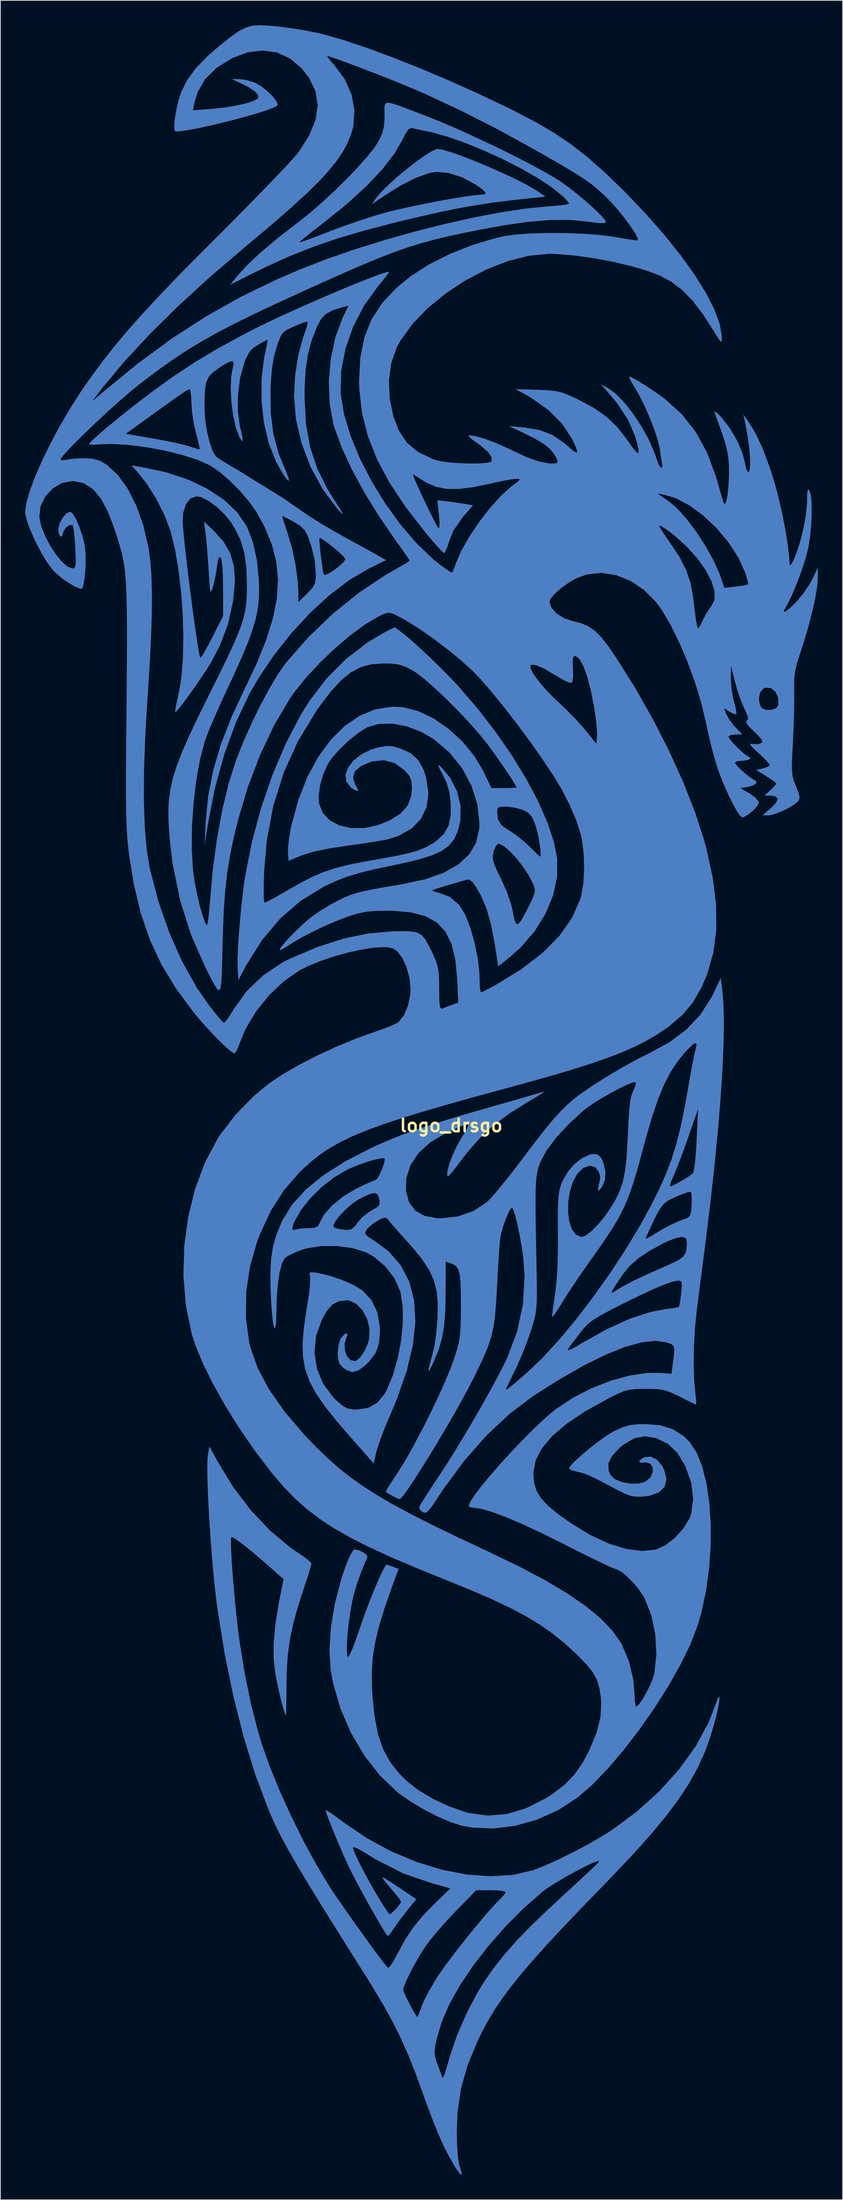
<source format=kicad_pcb>
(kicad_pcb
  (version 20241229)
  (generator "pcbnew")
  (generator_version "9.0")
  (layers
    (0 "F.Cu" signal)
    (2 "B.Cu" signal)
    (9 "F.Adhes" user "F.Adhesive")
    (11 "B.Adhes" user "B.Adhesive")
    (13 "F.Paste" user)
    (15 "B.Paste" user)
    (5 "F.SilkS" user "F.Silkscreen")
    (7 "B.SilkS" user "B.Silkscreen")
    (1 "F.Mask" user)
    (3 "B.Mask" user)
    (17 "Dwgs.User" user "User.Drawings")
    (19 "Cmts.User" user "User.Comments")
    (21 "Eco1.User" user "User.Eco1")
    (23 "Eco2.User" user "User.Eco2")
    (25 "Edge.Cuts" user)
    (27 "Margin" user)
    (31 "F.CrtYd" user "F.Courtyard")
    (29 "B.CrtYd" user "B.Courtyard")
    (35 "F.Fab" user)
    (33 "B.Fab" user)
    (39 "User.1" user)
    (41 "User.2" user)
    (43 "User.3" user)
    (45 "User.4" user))
  (footprint "logo_drsgo"
    (layer "F.Cu")
    (at 51.64 133.254)
    (property "Reference" "logo_drsgo" (at 0 0 0) (layer "F.SilkS") (effects (font (size 1.524 1.524) (thickness 0.3))))
    (attr board_only exclude_from_pos_files exclude_from_bom)
    (fp_poly (pts (xy -28.261 40.772) (xy -26.404 43.806) (xy -24.281 46.589) (xy -21.964 49.04) (xy -19.526 51.077) (xy -18.565 51.736) (xy -17.772 52.281) (xy -17.193 52.743) (xy -16.939 53.033) (xy -16.936 53.051) (xy -17.016 53.404) (xy -17.232 54.132) (xy -17.547 55.108) (xy -17.745 55.697) (xy -18.552 58.18) (xy -19.147 60.333) (xy -19.559 62.296) (xy -19.814 64.212) (xy -19.938 66.222) (xy -19.96 67.535) (xy -19.969 68.903) (xy -19.984 70.063) (xy -20.002 70.92) (xy -20.022 71.382) (xy -20.032 71.437) (xy -20.16 71.198) (xy -20.362 70.557) (xy -20.609 69.633) (xy -20.872 68.543) (xy -21.12 67.405) (xy -21.315 66.384) (xy -21.517 64.616) (xy -21.521 62.682) (xy -21.322 60.488) (xy -20.914 57.938) (xy -20.739 57.035) (xy -20.318 54.936) (xy -21.602 53.795) (xy -23.054 52.527) (xy -24.321 51.461) (xy -25.358 50.634) (xy -26.119 50.081) (xy -26.56 49.837) (xy -26.644 49.839) (xy -26.694 50.167) (xy -26.691 50.938) (xy -26.642 52.07) (xy -26.553 53.481) (xy -26.431 55.088) (xy -26.282 56.809) (xy -26.112 58.561) (xy -25.929 60.262) (xy -25.739 61.829) (xy -25.637 62.574) (xy -25.015 66.392) (xy -24.264 70.037) (xy -23.415 73.368) (xy -22.961 74.877) (xy -22.012 77.561) (xy -20.806 80.512) (xy -19.413 83.583) (xy -17.905 86.624) (xy -16.351 89.489) (xy -14.824 92.029) (xy -14.656 92.288) (xy -14.035 93.22) (xy -13.252 94.359) (xy -12.363 95.63) (xy -11.42 96.96) (xy -10.477 98.274) (xy -9.587 99.498) (xy -8.804 100.557) (xy -8.182 101.378) (xy -7.773 101.886) (xy -7.648 102.012) (xy -7.441 101.855) (xy -7.078 101.322) (xy -6.624 100.516) (xy -6.471 100.218) (xy -5.54 98.508) (xy -4.556 97.04) (xy -3.387 95.637) (xy -1.921 94.143) (xy -0.087 92.374) (xy -2.226 91.797) (xy -5.825 90.564) (xy -9.145 88.88) (xy -9.988 88.353) (xy -10.841 87.83) (xy -11.499 87.493) (xy -11.864 87.388) (xy -11.906 87.428) (xy -11.776 87.884) (xy -11.422 88.69) (xy -10.9 89.746) (xy -10.263 90.951) (xy -9.568 92.205) (xy -8.867 93.409) (xy -8.218 94.462) (xy -7.673 95.264) (xy -7.488 95.502) (xy -7.272 95.415) (xy -6.88 95.062) (xy -6.459 94.597) (xy -6.154 94.177) (xy -6.085 94) (xy -6.248 93.708) (xy -6.675 93.143) (xy -7.274 92.427) (xy -7.297 92.401) (xy -7.871 91.721) (xy -8.246 91.226) (xy -8.349 91.018) (xy -8.343 91.017) (xy -8.065 91.155) (xy -7.458 91.527) (xy -6.631 92.063) (xy -6.2 92.351) (xy -4.222 93.686) (xy -5.237 94.931) (xy -5.926 95.812) (xy -6.586 96.713) (xy -6.896 97.166) (xy -7.315 97.763) (xy -7.62 98.117) (xy -7.689 98.159) (xy -7.867 97.94) (xy -8.247 97.341) (xy -8.779 96.446) (xy -9.416 95.341) (xy -10.109 94.11) (xy -10.809 92.841) (xy -11.468 91.617) (xy -12.037 90.525) (xy -12.19 90.223) (xy -12.596 89.371) (xy -13.077 88.301) (xy -13.591 87.112) (xy -14.097 85.904) (xy -14.555 84.776) (xy -14.923 83.828) (xy -15.16 83.161) (xy -15.225 82.873) (xy -15.223 82.871) (xy -14.996 82.988) (xy -14.439 83.364) (xy -13.643 83.936) (xy -12.932 84.465) (xy -10.144 86.345) (xy -7.197 87.926) (xy -4.16 89.191) (xy -1.103 90.122) (xy 1.906 90.703) (xy 4.798 90.915) (xy 7.504 90.743) (xy 9.921 90.18) (xy 11.283 89.653) (xy 12.941 88.907) (xy 14.752 88.015) (xy 16.572 87.05) (xy 18.255 86.085) (xy 19.459 85.328) (xy 22.509 83.074) (xy 25.252 80.593) (xy 27.642 77.941) (xy 29.632 75.173) (xy 31.177 72.345) (xy 32.049 70.115) (xy 32.309 69.392) (xy 32.465 69.137) (xy 32.519 69.297) (xy 32.471 69.819) (xy 32.321 70.653) (xy 32.071 71.745) (xy 32.024 71.929) (xy 31.438 73.969) (xy 30.735 75.903) (xy 29.88 77.784) (xy 28.836 79.664) (xy 27.57 81.594) (xy 26.045 83.628) (xy 24.227 85.817) (xy 22.08 88.214) (xy 19.569 90.87) (xy 18.528 91.943) (xy 15.877 94.674) (xy 13.576 97.083) (xy 11.592 99.213) (xy 9.89 101.106) (xy 8.437 102.803) (xy 7.198 104.348) (xy 6.14 105.781) (xy 5.228 107.145) (xy 4.428 108.482) (xy 3.707 109.834) (xy 3.188 110.901) (xy 1.986 113.814) (xy 1.194 116.605) (xy 0.772 119.435) (xy 0.678 121.708) (xy 0.709 123.45) (xy 0.807 124.847) (xy 0.964 125.821) (xy 1.024 126.026) (xy 1.255 126.794) (xy 1.252 127.088) (xy 1.021 126.909) (xy 0.565 126.255) (xy 0.483 126.126) (xy -0.232 124.906) (xy -0.91 123.58) (xy -1.594 122.054) (xy -2.323 120.235) (xy -3.139 118.03) (xy -3.431 117.21) (xy -4.35 114.696) (xy -5.234 112.482) (xy -5.397 112.117) (xy -2.008 112.117) (xy -1.959 112.724) (xy -1.788 113.321) (xy -1.758 113.403) (xy -1.464 114.197) (xy -1.222 114.859) (xy -1.186 114.961) (xy -1.093 115.21) (xy -1.011 115.303) (xy -0.908 115.17) (xy -0.753 114.742) (xy -0.514 113.948) (xy -0.16 112.72) (xy -0.137 112.642) (xy 0.745 110.072) (xy 1.919 107.396) (xy 3.27 104.851) (xy 4.186 103.39) (xy 5.303 101.825) (xy 6.549 100.271) (xy 7.985 98.658) (xy 9.674 96.919) (xy 11.679 94.987) (xy 13.485 93.317) (xy 14.754 92.155) (xy 15.886 91.108) (xy 16.824 90.229) (xy 17.511 89.573) (xy 17.89 89.192) (xy 17.945 89.123) (xy 17.812 89.063) (xy 17.313 89.232) (xy 16.537 89.582) (xy 15.571 90.068) (xy 14.501 90.642) (xy 13.416 91.258) (xy 12.403 91.87) (xy 11.548 92.431) (xy 11.058 92.795) (xy 8.788 94.782) (xy 6.597 96.983) (xy 4.543 99.318) (xy 2.687 101.71) (xy 1.088 104.082) (xy -0.196 106.355) (xy -1.105 108.451) (xy -1.289 109.012) (xy -1.686 110.383) (xy -1.921 111.377) (xy -2.008 112.117) (xy -5.397 112.117) (xy -6.145 110.442) (xy -7.146 108.448) (xy -8.299 106.373) (xy -9.325 104.662) (xy -5.821 104.662) (xy -5.709 104.999) (xy -5.424 105.619) (xy -5.044 106.372) (xy -4.648 107.11) (xy -4.311 107.685) (xy -4.113 107.947) (xy -4.102 107.95) (xy -3.975 107.723) (xy -3.749 107.142) (xy -3.589 106.68) (xy -3.26 105.906) (xy -2.719 104.862) (xy -2.054 103.71) (xy -1.636 103.042) (xy -0.934 102.022) (xy -0.002 100.762) (xy 1.081 99.358) (xy 2.236 97.909) (xy 3.385 96.512) (xy 4.449 95.264) (xy 5.347 94.264) (xy 5.923 93.683) (xy 6.383 93.2) (xy 6.61 92.853) (xy 6.615 92.823) (xy 6.373 92.713) (xy 5.738 92.635) (xy 4.847 92.604) (xy 4.829 92.604) (xy 3.043 92.603) (xy 0.516 95.186) (xy -0.547 96.312) (xy -1.587 97.483) (xy -2.485 98.56) (xy -3.125 99.409) (xy -3.137 99.427) (xy -3.748 100.389) (xy -4.376 101.479) (xy -4.958 102.577) (xy -5.433 103.563) (xy -5.739 104.314) (xy -5.821 104.662) (xy -9.325 104.662) (xy -9.669 104.088) (xy -10.727 102.394) (xy -12.685 99.293) (xy -14.38 96.595) (xy -15.837 94.258) (xy -17.08 92.24) (xy -18.134 90.499) (xy -19.023 88.993) (xy -19.772 87.681) (xy -20.405 86.52) (xy -20.947 85.469) (xy -21.421 84.485) (xy -21.852 83.528) (xy -22.209 82.689) (xy -23.752 78.586) (xy -25.154 74.047) (xy -26.396 69.154) (xy -27.458 63.987) (xy -28.32 58.625) (xy -28.412 57.944) (xy -28.62 56.223) (xy -28.819 54.27) (xy -29.004 52.167) (xy -29.171 49.993) (xy -29.314 47.831) (xy -29.43 45.762) (xy -29.512 43.866) (xy -29.557 42.225) (xy -29.559 40.919) (xy -29.514 40.031) (xy -29.486 39.833) (xy -29.302 38.853)) (stroke (width 0) (type solid)) (fill yes) (layer "B.Cu"))
    (fp_poly (pts (xy -21.884 -133.18) (xy -20.917 -133.085) (xy -19.362 -132.887) (xy -17.682 -132.613) (xy -16.131 -132.305) (xy -15.388 -132.129) (xy -12.952 -131.423) (xy -10.144 -130.482) (xy -7.049 -129.339) (xy -3.749 -128.027) (xy -0.329 -126.582) (xy 3.127 -125.036) (xy 6.536 -123.422) (xy 7.673 -122.863) (xy 10.234 -121.529) (xy 12.481 -120.214) (xy 14.537 -118.827) (xy 16.524 -117.279) (xy 18.563 -115.483) (xy 20.776 -113.349) (xy 20.928 -113.198) (xy 23.467 -110.555) (xy 25.754 -107.965) (xy 27.763 -105.464) (xy 29.472 -103.09) (xy 30.855 -100.879) (xy 31.887 -98.867) (xy 32.545 -97.09) (xy 32.805 -95.586) (xy 32.808 -95.421) (xy 32.792 -95.007) (xy 32.706 -94.9) (xy 32.491 -95.144) (xy 32.087 -95.783) (xy 31.888 -96.113) (xy 30.54 -98.21) (xy 29.273 -99.87) (xy 28.018 -101.164) (xy 26.707 -102.163) (xy 25.276 -102.934) (xy 23.698 -103.531) (xy 21.735 -104.1) (xy 19.526 -104.614) (xy 17.217 -105.043) (xy 14.948 -105.36) (xy 12.862 -105.537) (xy 11.882 -105.564) (xy 9.46 -105.341) (xy 6.905 -104.696) (xy 4.309 -103.683) (xy 1.76 -102.359) (xy -0.651 -100.776) (xy -2.835 -98.99) (xy -4.702 -97.057) (xy -6.163 -95.03) (xy -6.576 -94.281) (xy -7.252 -92.399) (xy -7.545 -90.281) (xy -7.457 -88.055) (xy -6.992 -85.848) (xy -6.364 -84.21) (xy -5.378 -82.713) (xy -3.986 -81.545) (xy -2.179 -80.697) (xy -1.75 -80.56) (xy -0.965 -80.398) (xy 0.08 -80.277) (xy 1.262 -80.201) (xy 2.454 -80.17) (xy 3.531 -80.189) (xy 4.369 -80.259) (xy 4.841 -80.383) (xy 4.891 -80.428) (xy 4.903 -80.926) (xy 4.455 -81.578) (xy 3.583 -82.341) (xy 3.104 -82.681) (xy 2.46 -83.151) (xy 2.108 -83.484) (xy 2.12 -83.605) (xy 3.006 -83.473) (xy 4.213 -83.119) (xy 5.606 -82.59) (xy 7.051 -81.932) (xy 7.278 -81.819) (xy 9.133 -80.95) (xy 10.659 -80.412) (xy 11.92 -80.182) (xy 12.237 -80.17) (xy 12.76 -80.204) (xy 12.924 -80.384) (xy 12.755 -80.825) (xy 12.502 -81.271) (xy 12.003 -81.909) (xy 11.233 -82.535) (xy 10.113 -83.205) (xy 8.603 -83.955) (xy 7.011 -84.699) (xy 8.855 -84.537) (xy 10.739 -84.225) (xy 12.318 -83.606) (xy 13.76 -82.608) (xy 14.136 -82.275) (xy 14.825 -81.681) (xy 15.206 -81.468) (xy 15.286 -81.654) (xy 15.072 -82.256) (xy 14.575 -83.285) (xy 13.431 -84.999) (xy 11.814 -86.613) (xy 9.776 -88.076) (xy 8.864 -88.604) (xy 7.805 -89.178) (xy 10.454 -89.099) (xy 11.737 -89.044) (xy 12.684 -88.941) (xy 13.488 -88.747) (xy 14.342 -88.418) (xy 15.217 -88.015) (xy 17.218 -86.957) (xy 18.82 -85.846) (xy 20.149 -84.576) (xy 21.331 -83.045) (xy 21.404 -82.937) (xy 22.077 -81.981) (xy 22.513 -81.491) (xy 22.719 -81.471) (xy 22.702 -81.926) (xy 22.47 -82.862) (xy 22.265 -83.545) (xy 21.426 -85.481) (xy 20.105 -87.486) (xy 19.065 -88.732) (xy 18.124 -89.774) (xy 18.945 -89.35) (xy 19.928 -88.646) (xy 21 -87.546) (xy 22.087 -86.159) (xy 23.115 -84.593) (xy 24.008 -82.957) (xy 24.692 -81.357) (xy 24.887 -80.764) (xy 25.143 -80.089) (xy 25.392 -79.701) (xy 25.565 -79.657) (xy 25.591 -80.01) (xy 25.554 -80.235) (xy 25.441 -80.878) (xy 25.311 -81.736) (xy 25.28 -81.965) (xy 25.052 -82.962) (xy 24.626 -84.266) (xy 24.062 -85.724) (xy 23.424 -87.182) (xy 22.772 -88.487) (xy 22.359 -89.2) (xy 21.91 -89.942) (xy 21.62 -90.483) (xy 21.55 -90.694) (xy 21.82 -90.624) (xy 22.417 -90.31) (xy 23.236 -89.82) (xy 24.173 -89.216) (xy 25.125 -88.565) (xy 25.949 -87.958) (xy 27.981 -86.119) (xy 29.661 -83.981) (xy 31.022 -81.491) (xy 32.098 -78.597) (xy 32.299 -77.904) (xy 32.65 -76.636) (xy 32.891 -75.816) (xy 33.051 -75.382) (xy 33.165 -75.27) (xy 33.264 -75.42) (xy 33.381 -75.768) (xy 33.392 -75.803) (xy 33.51 -76.429) (xy 33.606 -77.407) (xy 33.663 -78.56) (xy 33.671 -78.978) (xy 33.664 -79.95) (xy 33.605 -80.807) (xy 33.468 -81.657) (xy 33.227 -82.607) (xy 32.857 -83.766) (xy 32.332 -85.239) (xy 31.907 -86.386) (xy 31.959 -86.489) (xy 32.284 -86.244) (xy 32.795 -85.725) (xy 33.799 -84.425) (xy 34.67 -82.929) (xy 35.311 -81.425) (xy 35.602 -80.287) (xy 35.755 -79.583) (xy 35.937 -79.163) (xy 36.013 -79.11) (xy 36.177 -79.354) (xy 36.243 -80.02) (xy 36.218 -81.012) (xy 36.108 -82.236) (xy 35.92 -83.593) (xy 35.66 -84.989) (xy 35.585 -85.328) (xy 35.406 -86.122) (xy 35.973 -85.328) (xy 36.896 -83.829) (xy 37.768 -81.97) (xy 38.618 -79.685) (xy 39.166 -77.959) (xy 39.643 -76.211) (xy 40.09 -74.277) (xy 40.48 -72.306) (xy 40.783 -70.451) (xy 40.971 -68.863) (xy 41.016 -68.13) (xy 41.059 -67.824) (xy 41.207 -67.945) (xy 41.41 -68.298) (xy 41.876 -69.376) (xy 42.325 -70.799) (xy 42.714 -72.38) (xy 42.997 -73.934) (xy 43.13 -75.276) (xy 43.135 -75.502) (xy 43.154 -76.458) (xy 43.208 -76.951) (xy 43.313 -77.044) (xy 43.44 -76.879) (xy 43.605 -76.284) (xy 43.691 -75.297) (xy 43.701 -74.046) (xy 43.637 -72.662) (xy 43.502 -71.276) (xy 43.3 -70.016) (xy 43.277 -69.904) (xy 42.967 -68.718) (xy 42.514 -67.316) (xy 41.977 -65.853) (xy 41.415 -64.484) (xy 40.888 -63.364) (xy 40.576 -62.819) (xy 40.313 -62.328) (xy 40.374 -62.188) (xy 40.713 -62.374) (xy 41.281 -62.863) (xy 41.914 -63.503) (xy 42.689 -64.443) (xy 43.406 -65.499) (xy 43.8 -66.215) (xy 44.445 -67.601) (xy 44.447 -66.278) (xy 44.359 -65.208) (xy 44.11 -63.758) (xy 43.726 -62.043) (xy 43.235 -60.176) (xy 42.663 -58.273) (xy 42.334 -57.282) (xy 41.922 -56.004) (xy 41.683 -54.986) (xy 41.579 -54.003) (xy 41.575 -52.828) (xy 41.579 -52.652) (xy 41.587 -51.536) (xy 41.564 -50.067) (xy 41.514 -48.42) (xy 41.441 -46.768) (xy 41.423 -46.434) (xy 41.342 -44.89) (xy 41.302 -43.765) (xy 41.312 -42.951) (xy 41.377 -42.34) (xy 41.508 -41.822) (xy 41.71 -41.29) (xy 41.801 -41.077) (xy 42.13 -40.241) (xy 42.233 -39.723) (xy 42.129 -39.375) (xy 42.052 -39.27) (xy 41.484 -38.803) (xy 40.613 -38.306) (xy 39.647 -37.875) (xy 38.792 -37.611) (xy 38.462 -37.571) (xy 37.747 -37.571) (xy 38.763 -38.449) (xy 39.404 -39.121) (xy 39.567 -39.605) (xy 39.252 -39.885) (xy 38.682 -39.952) (xy 37.973 -39.952) (xy 38.698 -40.624) (xy 39.169 -41.09) (xy 39.413 -41.389) (xy 39.423 -41.418) (xy 39.218 -41.612) (xy 38.69 -41.985) (xy 38.194 -42.303) (xy 36.965 -43.068) (xy 37.797 -43.251) (xy 38.369 -43.438) (xy 38.628 -43.644) (xy 38.629 -43.657) (xy 38.445 -43.931) (xy 37.962 -44.443) (xy 37.282 -45.083) (xy 37.24 -45.121) (xy 36.55 -45.758) (xy 36.237 -46.113) (xy 36.267 -46.24) (xy 36.515 -46.211) (xy 37.173 -46.183) (xy 37.57 -46.302) (xy 37.714 -46.502) (xy 37.571 -46.823) (xy 37.09 -47.348) (xy 36.704 -47.716) (xy 36.01 -48.415) (xy 35.73 -48.845) (xy 35.816 -49.03) (xy 35.986 -49.205) (xy 35.931 -49.592) (xy 35.629 -50.297) (xy 35.516 -50.529) (xy 35.098 -51.516) (xy 35.023 -51.735) (xy 37.3 -51.735) (xy 37.39 -51.001) (xy 37.636 -50.576) (xy 38.156 -50.333) (xy 38.813 -50.333) (xy 39.385 -50.544) (xy 39.643 -50.887) (xy 39.637 -51.785) (xy 39.321 -52.511) (xy 38.787 -52.96) (xy 38.129 -53.028) (xy 37.835 -52.917) (xy 37.455 -52.452) (xy 37.3 -51.735) (xy 35.023 -51.735) (xy 34.678 -52.738) (xy 34.383 -53.79) (xy 33.922 -55.695) (xy 33.894 -54.221) (xy 33.962 -53.053) (xy 34.164 -51.814) (xy 34.282 -51.351) (xy 34.486 -50.558) (xy 34.576 -49.989) (xy 34.554 -49.812) (xy 34.26 -49.839) (xy 33.75 -50.104) (xy 33.748 -50.105) (xy 33.084 -50.54) (xy 33.359 -49.81) (xy 33.721 -49.155) (xy 34.284 -48.417) (xy 34.464 -48.22) (xy 35.293 -47.36) (xy 34.448 -47.36) (xy 33.868 -47.288) (xy 33.604 -47.112) (xy 33.602 -47.096) (xy 33.783 -46.774) (xy 34.235 -46.248) (xy 34.824 -45.65) (xy 35.414 -45.113) (xy 35.871 -44.771) (xy 36.015 -44.715) (xy 36.241 -44.512) (xy 36.248 -44.45) (xy 36.015 -44.275) (xy 35.443 -44.188) (xy 35.322 -44.185) (xy 34.71 -44.124) (xy 34.404 -43.973) (xy 34.396 -43.941) (xy 34.585 -43.644) (xy 35.057 -43.159) (xy 35.668 -42.613) (xy 36.273 -42.132) (xy 36.729 -41.84) (xy 36.847 -41.804) (xy 37 -41.612) (xy 36.977 -41.473) (xy 36.665 -41.214) (xy 36.048 -41.019) (xy 35.962 -41.004) (xy 35.057 -40.865) (xy 36.18 -40.21) (xy 36.839 -39.74) (xy 37.243 -39.287) (xy 37.304 -39.106) (xy 37.106 -38.695) (xy 36.62 -38.167) (xy 36.016 -37.669) (xy 35.463 -37.351) (xy 35.264 -37.306) (xy 34.987 -37.538) (xy 34.57 -38.17) (xy 34.06 -39.108) (xy 33.505 -40.259) (xy 32.951 -41.526) (xy 32.447 -42.818) (xy 32.337 -43.127) (xy 31.97 -44.296) (xy 31.565 -45.79) (xy 31.172 -47.411) (xy 30.857 -48.877) (xy 30.303 -51.21) (xy 29.554 -53.661) (xy 28.658 -56.118) (xy 27.662 -58.467) (xy 26.613 -60.594) (xy 25.557 -62.386) (xy 24.871 -63.342) (xy 23.411 -64.837) (xy 21.762 -65.949) (xy 20 -66.653) (xy 18.204 -66.926) (xy 16.453 -66.744) (xy 15.19 -66.283) (xy 14.2 -65.709) (xy 13.269 -65.032) (xy 12.507 -64.345) (xy 12.022 -63.746) (xy 11.906 -63.418) (xy 12.145 -62.713) (xy 12.776 -62.02) (xy 13.672 -61.451) (xy 14.571 -61.139) (xy 15.694 -60.849) (xy 16.616 -60.463) (xy 17.429 -59.907) (xy 18.226 -59.105) (xy 19.098 -57.98) (xy 20.028 -56.621) (xy 22.328 -52.96) (xy 24.476 -49.169) (xy 26.427 -45.342) (xy 28.137 -41.571) (xy 29.563 -37.948) (xy 30.661 -34.567) (xy 30.923 -33.602) (xy 31.707 -29.999) (xy 32.112 -26.719) (xy 32.136 -23.714) (xy 31.778 -20.939) (xy 31.037 -18.343) (xy 30.349 -16.731) (xy 29.315 -14.933) (xy 28.055 -13.42) (xy 26.432 -12.033) (xy 26.097 -11.79) (xy 24.92 -10.999) (xy 23.663 -10.261) (xy 22.274 -9.556) (xy 20.702 -8.866) (xy 18.896 -8.17) (xy 16.802 -7.45) (xy 14.37 -6.686) (xy 11.548 -5.859) (xy 8.284 -4.949) (xy 6.611 -4.495) (xy 2.749 -3.443) (xy -0.64 -2.495) (xy -3.598 -1.633) (xy -6.168 -0.839) (xy -8.391 -0.098) (xy -10.309 0.61) (xy -11.965 1.3) (xy -13.401 1.989) (xy -14.659 2.696) (xy -15.781 3.437) (xy -16.809 4.23) (xy -17.786 5.09) (xy -18.408 5.689) (xy -20.261 7.819) (xy -21.834 10.278) (xy -23.173 13.141) (xy -23.513 14.028) (xy -24.384 17.042) (xy -24.842 20.158) (xy -24.882 23.254) (xy -24.493 26.206) (xy -24.337 26.873) (xy -23.463 29.349) (xy -22.082 31.94) (xy -20.2 34.635) (xy -17.824 37.425) (xy -16.224 39.081) (xy -14.916 40.332) (xy -13.593 41.493) (xy -12.201 42.595) (xy -10.691 43.668) (xy -9.009 44.743) (xy -7.105 45.853) (xy -4.927 47.027) (xy -2.422 48.299) (xy 0.46 49.697) (xy 3.771 51.254) (xy 4.498 51.592) (xy 8.165 53.357) (xy 11.337 55.032) (xy 14.035 56.631) (xy 16.282 58.17) (xy 18.101 59.664) (xy 19.513 61.13) (xy 20.542 62.583) (xy 20.696 62.858) (xy 21.54 64.86) (xy 22.07 67.03) (xy 22.225 68.847) (xy 22.258 69.668) (xy 22.342 70.224) (xy 22.434 70.379) (xy 22.718 70.156) (xy 23.132 69.576) (xy 23.602 68.771) (xy 24.057 67.873) (xy 24.425 67.015) (xy 24.632 66.337) (xy 24.873 63.989) (xy 24.736 61.576) (xy 24.243 59.26) (xy 23.416 57.2) (xy 23.35 57.076) (xy 22.811 56.258) (xy 22.102 55.404) (xy 21.332 54.626) (xy 20.613 54.03) (xy 20.055 53.728) (xy 19.94 53.71) (xy 19.613 53.594) (xy 18.885 53.268) (xy 17.825 52.765) (xy 16.502 52.118) (xy 14.985 51.361) (xy 13.826 50.773) (xy 11.135 49.435) (xy 8.739 48.318) (xy 6.67 47.434) (xy 4.958 46.795) (xy 3.635 46.414) (xy 2.805 46.302) (xy 2.295 46.228) (xy 2.117 46.079) (xy 2.299 45.592) (xy 2.807 44.801) (xy 3.587 43.767) (xy 4.583 42.552) (xy 5.738 41.219) (xy 6.998 39.828) (xy 8.307 38.442) (xy 9.608 37.121) (xy 10.848 35.928) (xy 11.97 34.925) (xy 12.7 34.334) (xy 14.739 32.979) (xy 16.988 31.822) (xy 19.327 30.903) (xy 21.633 30.268) (xy 23.789 29.957) (xy 25.061 29.95) (xy 26.707 30.054) (xy 26.864 28.852) (xy 27.002 27.768) (xy 27.043 27.091) (xy 26.952 26.701) (xy 26.695 26.48) (xy 26.237 26.307) (xy 26.103 26.263) (xy 24.757 26.07) (xy 23.066 26.259) (xy 21.046 26.824) (xy 18.712 27.76) (xy 16.079 29.06) (xy 13.162 30.719) (xy 10.008 32.709) (xy 7.121 34.876) (xy 4.303 37.515) (xy 1.606 40.571) (xy -0.916 43.988) (xy -1.441 44.781) (xy -2.126 45.817) (xy -2.603 46.47) (xy -2.941 46.808) (xy -3.209 46.899) (xy -3.474 46.813) (xy -3.477 46.811) (xy -3.84 46.452) (xy -3.87 46.162) (xy -3.681 45.826) (xy -3.249 45.136) (xy -2.628 44.175) (xy -1.873 43.026) (xy -1.376 42.28) (xy -0.283 40.596) (xy 0.922 38.653) (xy 2.179 36.556) (xy 3.423 34.415) (xy 4.595 32.337) (xy 4.842 31.882) (xy 6.651 31.882) (xy 6.653 31.981) (xy 6.871 31.863) (xy 7.349 31.492) (xy 8.133 30.834) (xy 9.2 29.913) (xy 11.044 28.16) (xy 12.062 27.054) (xy 14.172 27.054) (xy 14.188 27.209) (xy 14.55 27.086) (xy 15.294 26.677) (xy 15.84 26.352) (xy 18.898 24.644) (xy 21.677 23.383) (xy 24.179 22.57) (xy 25.854 22.255) (xy 26.729 22.135) (xy 27.365 22.019) (xy 27.609 21.942) (xy 27.689 21.638) (xy 27.796 20.969) (xy 27.879 20.307) (xy 27.96 19.45) (xy 27.935 18.994) (xy 27.776 18.814) (xy 27.529 18.785) (xy 26.895 18.893) (xy 25.916 19.224) (xy 24.566 19.789) (xy 22.816 20.6) (xy 20.64 21.668) (xy 20.505 21.736) (xy 19.011 22.5) (xy 17.908 23.107) (xy 17.108 23.615) (xy 16.52 24.085) (xy 16.054 24.575) (xy 15.875 24.799) (xy 15.264 25.592) (xy 14.708 26.312) (xy 14.464 26.628) (xy 14.172 27.054) (xy 12.062 27.054) (xy 13.03 26.001) (xy 15.097 23.522) (xy 17.18 20.805) (xy 17.616 20.192) (xy 19.442 20.192) (xy 19.53 20.241) (xy 19.842 20.068) (xy 20.122 19.883) (xy 20.826 19.465) (xy 21.806 18.944) (xy 22.854 18.432) (xy 22.886 18.417) (xy 24.12 17.853) (xy 25.477 17.247) (xy 26.507 16.797) (xy 27.532 16.311) (xy 28.15 15.855) (xy 28.461 15.303) (xy 28.565 14.532) (xy 28.571 14.221) (xy 28.488 13.686) (xy 28.131 13.504) (xy 27.905 13.494) (xy 27.3 13.612) (xy 26.457 13.915) (xy 25.854 14.191) (xy 24.084 15.151) (xy 22.724 16.052) (xy 21.674 16.971) (xy 20.834 17.986) (xy 20.705 18.173) (xy 20.011 19.212) (xy 19.597 19.867) (xy 19.442 20.192) (xy 17.616 20.192) (xy 19.22 17.935) (xy 21.153 14.994) (xy 21.983 13.617) (xy 23.582 13.617) (xy 23.682 13.679) (xy 24.085 13.474) (xy 24.102 13.463) (xy 24.715 13.085) (xy 25.538 12.601) (xy 25.929 12.376) (xy 26.849 11.904) (xy 27.774 11.505) (xy 28.088 11.394) (xy 28.643 11.19) (xy 28.942 10.925) (xy 29.079 10.442) (xy 29.147 9.619) (xy 29.163 8.793) (xy 29.112 8.207) (xy 29.039 8.029) (xy 28.715 8.068) (xy 28.057 8.288) (xy 27.213 8.638) (xy 26.589 8.928) (xy 26.103 9.211) (xy 25.698 9.566) (xy 25.316 10.072) (xy 24.899 10.808) (xy 24.391 11.853) (xy 23.733 13.285) (xy 23.582 13.617) (xy 21.983 13.617) (xy 22.918 12.066) (xy 24.228 9.672) (xy 25.208 7.71) (xy 25.4 7.281) (xy 26.495 7.281) (xy 26.66 7.361) (xy 27.187 7.111) (xy 27.855 6.738) (xy 28.596 6.292) (xy 29.154 5.898) (xy 29.319 5.746) (xy 29.427 5.376) (xy 29.54 4.583) (xy 29.646 3.472) (xy 29.733 2.15) (xy 29.755 1.72) (xy 29.924 -1.984) (xy 28.769 1.323) (xy 28.28 2.697) (xy 27.792 4.016) (xy 27.362 5.134) (xy 27.045 5.902) (xy 27.036 5.921) (xy 26.638 6.819) (xy 26.495 7.281) (xy 25.4 7.281) (xy 26.022 5.892) (xy 26.703 4.106) (xy 27.286 2.243) (xy 27.805 0.192) (xy 28.294 -2.157) (xy 28.788 -4.914) (xy 28.83 -5.159) (xy 29.061 -6.484) (xy 29.287 -7.695) (xy 29.483 -8.654) (xy 29.612 -9.194) (xy 29.737 -9.804) (xy 29.627 -10.003) (xy 29.258 -9.786) (xy 28.606 -9.15) (xy 28.401 -8.93) (xy 27.451 -7.784) (xy 26.603 -6.495) (xy 25.826 -4.991) (xy 25.087 -3.203) (xy 24.357 -1.059) (xy 23.604 1.511) (xy 23.283 2.698) (xy 22.668 4.968) (xy 22.118 6.834) (xy 21.58 8.409) (xy 21.002 9.805) (xy 20.331 11.134) (xy 19.514 12.508) (xy 18.499 14.04) (xy 17.233 15.842) (xy 16.898 16.311) (xy 15.964 17.636) (xy 15.034 18.996) (xy 14.204 20.246) (xy 13.57 21.244) (xy 13.472 21.406) (xy 12.949 22.254) (xy 12.531 22.878) (xy 12.286 23.18) (xy 12.254 23.19) (xy 12.253 22.905) (xy 12.326 22.215) (xy 12.461 21.238) (xy 12.571 20.524) (xy 12.772 18.892) (xy 12.894 16.936) (xy 12.941 14.576) (xy 12.936 13.012) (xy 12.925 11.134) (xy 12.945 9.692) (xy 13.011 8.591) (xy 13.141 7.738) (xy 13.349 7.04) (xy 13.653 6.401) (xy 14.068 5.73) (xy 14.232 5.485) (xy 14.982 4.626) (xy 15.896 3.93) (xy 16.807 3.511) (xy 17.263 3.44) (xy 17.81 3.534) (xy 18.182 3.91) (xy 18.428 4.419) (xy 18.688 5.491) (xy 18.639 6.56) (xy 18.299 7.433) (xy 18.115 7.655) (xy 17.836 7.889) (xy 17.781 7.748) (xy 17.876 7.276) (xy 18.023 6.619) (xy 18.063 6.248) (xy 17.997 5.928) (xy 17.898 5.636) (xy 17.466 5.045) (xy 16.796 4.863) (xy 16.022 5.126) (xy 16 5.14) (xy 15.294 5.832) (xy 14.757 6.811) (xy 14.389 7.978) (xy 14.192 9.236) (xy 14.168 10.488) (xy 14.317 11.638) (xy 14.643 12.586) (xy 15.145 13.237) (xy 15.827 13.493) (xy 15.867 13.494) (xy 16.363 13.288) (xy 17.053 12.734) (xy 17.845 11.925) (xy 18.644 10.957) (xy 19.246 10.1) (xy 19.919 8.977) (xy 20.43 7.916) (xy 20.804 6.807) (xy 21.068 5.542) (xy 21.248 4.011) (xy 21.371 2.105) (xy 21.411 1.191) (xy 21.494 -0.596) (xy 21.586 -1.936) (xy 21.696 -2.912) (xy 21.836 -3.606) (xy 22.015 -4.102) (xy 22.06 -4.192) (xy 22.322 -4.802) (xy 22.382 -5.202) (xy 22.36 -5.245) (xy 22.042 -5.223) (xy 21.381 -4.969) (xy 20.477 -4.539) (xy 19.431 -3.987) (xy 18.345 -3.368) (xy 17.319 -2.737) (xy 16.454 -2.148) (xy 16.007 -1.798) (xy 14.234 -0.161) (xy 12.748 1.444) (xy 11.608 2.948) (xy 10.872 4.28) (xy 10.832 4.38) (xy 10.66 4.831) (xy 10.521 5.271) (xy 10.411 5.754) (xy 10.328 6.336) (xy 10.272 7.07) (xy 10.239 8.013) (xy 10.227 9.219) (xy 10.235 10.742) (xy 10.261 12.637) (xy 10.302 14.96) (xy 10.347 17.33) (xy 10.379 19.093) (xy 10.389 20.433) (xy 10.368 21.453) (xy 10.307 22.26) (xy 10.197 22.957) (xy 10.029 23.651) (xy 9.794 24.446) (xy 9.703 24.737) (xy 9.21 26.162) (xy 8.588 27.743) (xy 7.96 29.174) (xy 7.867 29.367) (xy 7.378 30.375) (xy 6.974 31.21) (xy 6.712 31.754) (xy 6.651 31.882) (xy 4.842 31.882) (xy 5.631 30.429) (xy 6.469 28.799) (xy 6.805 28.098) (xy 8 24.919) (xy 8.702 21.625) (xy 8.899 18.287) (xy 8.737 16.007) (xy 8.534 14.604) (xy 8.286 13.207) (xy 8.017 11.929) (xy 7.753 10.882) (xy 7.519 10.178) (xy 7.4 9.963) (xy 7.217 10.064) (xy 6.942 10.548) (xy 6.624 11.292) (xy 6.315 12.169) (xy 6.065 13.054) (xy 5.967 13.516) (xy 5.903 14.067) (xy 5.824 15.044) (xy 5.735 16.342) (xy 5.645 17.857) (xy 5.568 19.315) (xy 5.456 21.358) (xy 5.322 23) (xy 5.133 24.367) (xy 4.857 25.588) (xy 4.462 26.789) (xy 3.915 28.098) (xy 3.184 29.643) (xy 2.665 30.692) (xy 1.99 31.994) (xy 1.175 33.488) (xy 0.258 35.111) (xy -0.723 36.799) (xy -1.73 38.491) (xy -2.723 40.124) (xy -3.666 41.634) (xy -4.519 42.96) (xy -5.244 44.038) (xy -5.804 44.807) (xy -6.159 45.203) (xy -6.238 45.244) (xy -6.566 45.132) (xy -7.094 44.872) (xy -7.614 44.575) (xy -7.919 44.355) (xy -7.938 44.322) (xy -7.8 44.068) (xy -7.429 43.475) (xy -6.887 42.642) (xy -6.471 42.014) (xy -5.608 40.63) (xy -4.627 38.9) (xy -3.585 36.943) (xy -2.543 34.879) (xy -1.56 32.829) (xy -0.696 30.912) (xy -0.011 29.248) (xy 0.309 28.363) (xy 0.656 27.284) (xy 0.895 26.4) (xy 1.046 25.561) (xy 1.13 24.618) (xy 1.167 23.421) (xy 1.177 22.093) (xy 1.171 20.327) (xy 1.128 19.016) (xy 1.033 18.084) (xy 0.869 17.457) (xy 0.623 17.059) (xy 0.277 16.817) (xy 0.068 16.732) (xy -0.661 16.478) (xy -0.671 20.344) (xy -0.716 22.498) (xy -0.858 24.265) (xy -1.122 25.78) (xy -1.533 27.181) (xy -2.116 28.603) (xy -2.262 28.917) (xy -2.583 29.553) (xy -2.742 29.759) (xy -2.739 29.517) (xy -2.574 28.81) (xy -2.246 27.619) (xy -2.217 27.517) (xy -2.018 26.592) (xy -1.837 25.349) (xy -1.701 23.995) (xy -1.662 23.397) (xy -1.626 21.63) (xy -1.749 20.134) (xy -2.078 18.803) (xy -2.656 17.527) (xy -3.527 16.199) (xy -4.736 14.71) (xy -5.663 13.673) (xy -6.454 12.797) (xy -7.119 12.042) (xy -7.57 11.508) (xy -7.707 11.327) (xy -7.946 11.153) (xy -8.376 11.25) (xy -8.899 11.509) (xy -9.616 11.986) (xy -10.163 12.498) (xy -10.239 12.602) (xy -10.42 12.958) (xy -10.342 13.236) (xy -9.924 13.561) (xy -9.47 13.837) (xy -7.566 15.239) (xy -6.102 16.934) (xy -5.076 18.918) (xy -4.49 21.187) (xy -4.344 23.739) (xy -4.638 26.57) (xy -5.373 29.675) (xy -6.549 33.053) (xy -7.282 34.794) (xy -7.861 36.153) (xy -8.385 37.477) (xy -8.801 38.623) (xy -9.053 39.447) (xy -9.067 39.506) (xy -9.393 40.918) (xy -12.124 37.827) (xy -13.907 35.763) (xy -15.329 33.976) (xy -16.419 32.385) (xy -17.205 30.906) (xy -17.713 29.457) (xy -17.973 27.956) (xy -18.011 26.32) (xy -17.856 24.466) (xy -17.535 22.314) (xy -17.471 21.94) (xy -17.275 20.682) (xy -17.142 19.562) (xy -17.087 18.714) (xy -17.11 18.307) (xy -17.178 17.919) (xy -17.038 17.764) (xy -16.569 17.789) (xy -16.109 17.862) (xy -14.689 18.194) (xy -13.199 18.702) (xy -11.836 19.306) (xy -10.797 19.932) (xy -10.777 19.947) (xy -9.672 21.115) (xy -8.952 22.616) (xy -8.64 24.396) (xy -8.628 24.868) (xy -8.749 26.354) (xy -9.147 27.522) (xy -9.898 28.541) (xy -10.447 29.065) (xy -11.286 29.68) (xy -11.986 29.859) (xy -12.682 29.617) (xy -13.061 29.35) (xy -13.511 28.892) (xy -13.715 28.322) (xy -13.758 27.556) (xy -13.668 26.643) (xy -13.44 25.889) (xy -13.346 25.723) (xy -12.943 25.276) (xy -12.646 25.138) (xy -12.564 25.324) (xy -12.691 25.647) (xy -12.925 26.434) (xy -12.882 27.246) (xy -12.616 27.952) (xy -12.182 28.42) (xy -11.634 28.518) (xy -11.521 28.484) (xy -11.036 28.085) (xy -10.536 27.347) (xy -10.123 26.445) (xy -9.934 25.77) (xy -9.902 24.579) (xy -10.197 23.411) (xy -10.748 22.381) (xy -11.487 21.605) (xy -12.345 21.199) (xy -12.667 21.167) (xy -13.645 21.284) (xy -14.418 21.688) (xy -15.089 22.462) (xy -15.682 23.521) (xy -16.377 25.491) (xy -16.571 27.492) (xy -16.277 29.448) (xy -15.51 31.284) (xy -14.282 32.925) (xy -13.891 33.309) (xy -13.157 33.936) (xy -12.568 34.263) (xy -11.914 34.383) (xy -11.449 34.395) (xy -10.059 34.19) (xy -8.942 33.555) (xy -8.047 32.458) (xy -7.822 32.048) (xy -7.067 30.238) (xy -6.476 28.178) (xy -6.069 26.009) (xy -5.864 23.868) (xy -5.88 21.894) (xy -6.136 20.226) (xy -6.181 20.062) (xy -6.89 18.484) (xy -8.002 17.041) (xy -9.393 15.874) (xy -10.377 15.335) (xy -11.979 14.841) (xy -13.842 14.594) (xy -15.754 14.602) (xy -17.507 14.871) (xy -18.096 15.047) (xy -19.006 15.409) (xy -19.763 15.781) (xy -20.122 16.02) (xy -20.485 16.625) (xy -20.783 17.686) (xy -21.007 19.133) (xy -21.145 20.897) (xy -21.183 22.379) (xy -21.214 23.594) (xy -21.28 24.315) (xy -21.371 24.573) (xy -21.479 24.403) (xy -21.594 23.836) (xy -21.706 22.905) (xy -21.805 21.643) (xy -21.883 20.083) (xy -21.887 19.976) (xy -21.919 17.881) (xy -21.834 16.165) (xy -21.607 14.683) (xy -21.214 13.294) (xy -20.929 12.59) (xy -19.268 12.59) (xy -19.074 12.657) (xy -18.927 12.608) (xy -18.387 12.499) (xy -17.59 12.44) (xy -17.326 12.435) (xy -16.555 12.382) (xy -16.154 12.182) (xy -16.148 12.172) (xy -14.288 12.172) (xy -14.091 12.394) (xy -13.466 12.554) (xy -12.657 12.646) (xy -12.09 12.566) (xy -11.621 12.141) (xy -11.402 11.814) (xy -10.818 11.136) (xy -10.01 10.496) (xy -9.701 10.313) (xy -9.017 9.918) (xy -8.708 9.593) (xy -8.67 9.186) (xy -8.724 8.886) (xy -8.898 8.389) (xy -9.207 8.175) (xy -9.735 8.247) (xy -10.57 8.607) (xy -11.235 8.953) (xy -11.976 9.451) (xy -12.766 10.137) (xy -13.489 10.89) (xy -14.033 11.589) (xy -14.283 12.115) (xy -14.288 12.172) (xy -16.148 12.172) (xy -16.008 11.908) (xy -15.428 10.801) (xy -14.425 9.665) (xy -13.091 8.588) (xy -11.661 7.731) (xy -10.67 7.239) (xy -9.842 6.858) (xy -9.297 6.643) (xy -9.172 6.615) (xy -8.932 6.39) (xy -8.626 5.839) (xy -8.328 5.145) (xy -8.114 4.49) (xy -8.06 4.056) (xy -8.087 3.996) (xy -8.438 3.964) (xy -9.151 4.102) (xy -10.098 4.372) (xy -11.155 4.735) (xy -12.194 5.155) (xy -12.637 5.359) (xy -14.201 6.281) (xy -15.72 7.473) (xy -17.093 8.83) (xy -18.217 10.247) (xy -18.992 11.619) (xy -19.185 12.145) (xy -19.268 12.59) (xy -20.929 12.59) (xy -20.631 11.855) (xy -20.45 11.465) (xy -19.295 9.58) (xy -17.646 7.766) (xy -15.495 6.019) (xy -12.835 4.33) (xy -9.657 2.694) (xy -8.981 2.384) (xy -7.519 1.748) (xy -5.987 1.138) (xy -4.309 0.529) (xy -2.408 -0.106) (xy -0.206 -0.793) (xy 2.372 -1.557) (xy 4.763 -2.243) (xy 6.481 -2.732) (xy 8.05 -3.181) (xy 9.393 -3.568) (xy 10.428 -3.869) (xy 11.078 -4.062) (xy 11.245 -4.114) (xy 11.254 -4.07) (xy 10.873 -3.808) (xy 10.171 -3.373) (xy 9.393 -2.914) (xy 7.105 -1.491) (xy 5.185 -0.059) (xy 3.49 1.507) (xy 1.881 3.337) (xy 0.478 5.192) (xy -0.001 5.793) (xy -0.351 6.113) (xy -0.477 6.111) (xy -0.467 5.555) (xy -0.238 4.678) (xy 0.16 3.613) (xy 0.675 2.494) (xy 1.259 1.456) (xy 1.322 1.357) (xy 1.807 0.586) (xy 2.054 0.094) (xy 2.018 -0.128) (xy 1.655 -0.091) (xy 0.918 0.198) (xy -0.236 0.73) (xy -0.7 0.95) (xy -2.533 2.033) (xy -3.955 3.332) (xy -4.936 4.803) (xy -5.446 6.402) (xy -5.48 7.899) (xy -5.112 9.276) (xy -4.359 10.29) (xy -3.225 10.939) (xy -1.714 11.22) (xy -1.191 11.232) (xy 0.859 10.992) (xy 2.723 10.334) (xy 4.295 9.294) (xy 4.421 9.181) (xy 4.95 8.627) (xy 5.717 7.734) (xy 6.647 6.593) (xy 7.669 5.294) (xy 8.656 3.996) (xy 10.14 2.035) (xy 11.383 0.45) (xy 12.442 -0.821) (xy 13.372 -1.841) (xy 14.228 -2.673) (xy 15.066 -3.379) (xy 15.478 -3.692) (xy 17.038 -4.771) (xy 18.874 -5.934) (xy 20.802 -7.073) (xy 22.639 -8.078) (xy 23.882 -8.695) (xy 26.424 -10.068) (xy 28.511 -11.626) (xy 30.201 -13.425) (xy 31.552 -15.519) (xy 31.945 -16.309) (xy 32.666 -17.859) (xy 32.847 -16.536) (xy 33 -14.787) (xy 33.055 -12.553) (xy 33.014 -9.869) (xy 32.88 -6.769) (xy 32.654 -3.289) (xy 32.339 0.537) (xy 31.937 4.675) (xy 31.45 9.089) (xy 30.881 13.745) (xy 30.795 14.42) (xy 30.557 16.261) (xy 30.31 18.174) (xy 30.075 19.998) (xy 29.872 21.575) (xy 29.756 22.48) (xy 29.551 24.535) (xy 29.431 26.728) (xy 29.398 28.894) (xy 29.456 30.868) (xy 29.606 32.484) (xy 29.69 33.242) (xy 29.697 33.718) (xy 29.653 33.807) (xy 29.36 33.662) (xy 28.719 33.342) (xy 27.858 32.91) (xy 27.655 32.808) (xy 26.672 32.341) (xy 25.887 32.065) (xy 25.083 31.93) (xy 24.048 31.888) (xy 23.553 31.887) (xy 22.46 31.904) (xy 21.645 31.984) (xy 20.92 32.174) (xy 20.097 32.522) (xy 19.05 33.047) (xy 16.259 34.598) (xy 13.989 36.119) (xy 12.231 37.619) (xy 10.979 39.104) (xy 10.224 40.583) (xy 9.96 42.062) (xy 9.96 42.196) (xy 10.06 43.292) (xy 10.364 44.261) (xy 10.926 45.174) (xy 11.802 46.102) (xy 13.046 47.116) (xy 14.681 48.264) (xy 16.968 49.636) (xy 19.181 50.648) (xy 21.264 51.282) (xy 23.156 51.521) (xy 24.802 51.347) (xy 24.857 51.333) (xy 25.978 50.815) (xy 27.111 49.934) (xy 28.115 48.831) (xy 28.851 47.648) (xy 29.089 47.023) (xy 29.328 45.213) (xy 29.097 43.277) (xy 28.408 41.305) (xy 28.309 41.1) (xy 27.399 39.619) (xy 26.313 38.58) (xy 24.963 37.901) (xy 24.799 37.846) (xy 23.461 37.629) (xy 22.187 37.884) (xy 20.908 38.63) (xy 20.376 39.073) (xy 19.475 40.038) (xy 19.053 40.916) (xy 19.085 41.783) (xy 19.309 42.323) (xy 19.834 42.817) (xy 20.7 43.176) (xy 21.732 43.367) (xy 22.75 43.356) (xy 23.559 43.121) (xy 24.145 42.62) (xy 24.43 42) (xy 24.423 41.398) (xy 24.135 40.95) (xy 23.575 40.793) (xy 23.392 40.815) (xy 22.877 40.821) (xy 22.795 40.62) (xy 23.145 40.308) (xy 23.405 40.173) (xy 24.175 40.086) (xy 24.936 40.457) (xy 25.587 41.224) (xy 25.823 41.695) (xy 26.089 42.819) (xy 25.88 43.732) (xy 25.215 44.407) (xy 24.114 44.819) (xy 23.34 44.923) (xy 22.502 44.951) (xy 21.816 44.861) (xy 21.09 44.602) (xy 20.131 44.125) (xy 19.976 44.043) (xy 18.57 43.299) (xy 17.534 42.766) (xy 16.773 42.404) (xy 16.194 42.17) (xy 15.703 42.022) (xy 15.275 41.931) (xy 14.641 41.762) (xy 14.304 41.576) (xy 14.287 41.535) (xy 14.489 41.185) (xy 15.03 40.611) (xy 15.816 39.891) (xy 16.752 39.105) (xy 17.744 38.33) (xy 18.698 37.644) (xy 19.517 37.127) (xy 19.767 36.994) (xy 20.787 36.533) (xy 21.646 36.277) (xy 22.594 36.17) (xy 23.507 36.154) (xy 25.369 36.303) (xy 26.891 36.775) (xy 28.182 37.612) (xy 28.89 38.305) (xy 29.742 39.581) (xy 30.428 41.286) (xy 30.946 43.346) (xy 31.291 45.686) (xy 31.462 48.232) (xy 31.454 50.909) (xy 31.264 53.643) (xy 30.889 56.36) (xy 30.326 58.984) (xy 29.863 60.59) (xy 29.007 62.804) (xy 27.813 65.256) (xy 26.345 67.854) (xy 24.666 70.504) (xy 22.841 73.117) (xy 20.934 75.599) (xy 19.009 77.859) (xy 17.131 79.805) (xy 15.363 81.346) (xy 15.334 81.368) (xy 12.976 82.9) (xy 10.416 84.053) (xy 7.75 84.805) (xy 5.071 85.132) (xy 2.473 85.012) (xy 1.235 84.778) (xy -0.141 84.33) (xy -1.759 83.624) (xy -3.455 82.744) (xy -5.067 81.775) (xy -6.434 80.802) (xy -6.484 80.761) (xy -8.626 78.723) (xy -10.533 76.284) (xy -12.153 73.539) (xy -13.434 70.585) (xy -14.323 67.517) (xy -14.603 65.975) (xy -14.759 63.543) (xy -14.588 60.819) (xy -14.106 57.915) (xy -13.328 54.94) (xy -12.756 53.247) (xy -12.383 52.338) (xy -12.031 51.661) (xy -11.765 51.34) (xy -11.727 51.329) (xy -11.17 51.443) (xy -10.604 51.713) (xy -10.216 52.03) (xy -10.155 52.236) (xy -10.866 53.957) (xy -11.382 55.37) (xy -11.759 56.634) (xy -12.011 57.718) (xy -12.242 59) (xy -12.431 60.35) (xy -12.567 61.659) (xy -12.644 62.822) (xy -12.653 63.728) (xy -12.585 64.272) (xy -12.524 64.371) (xy -12.358 64.191) (xy -12.07 63.591) (xy -11.698 62.658) (xy -11.276 61.476) (xy -11.129 61.036) (xy -10.654 59.655) (xy -10.123 58.219) (xy -9.573 56.814) (xy -9.04 55.525) (xy -8.561 54.44) (xy -8.17 53.644) (xy -7.905 53.225) (xy -7.84 53.181) (xy -7.52 53.265) (xy -7.043 53.434) (xy -6.378 53.687) (xy -7.174 55.868) (xy -8.062 58.4) (xy -8.73 60.572) (xy -9.199 62.494) (xy -9.488 64.278) (xy -9.617 66.036) (xy -9.606 67.879) (xy -9.532 69.192) (xy -9.269 71.695) (xy -8.85 73.78) (xy -8.238 75.543) (xy -7.391 77.083) (xy -6.271 78.497) (xy -5.455 79.322) (xy -4.027 80.45) (xy -2.237 81.52) (xy -0.255 82.446) (xy 1.752 83.141) (xy 2.117 83.238) (xy 4.41 83.564) (xy 6.72 83.38) (xy 9.065 82.681) (xy 11.463 81.463) (xy 12.251 80.959) (xy 13.753 79.822) (xy 14.95 78.589) (xy 15.968 77.11) (xy 16.791 75.539) (xy 17.633 73.492) (xy 18.092 71.667) (xy 18.193 69.948) (xy 18.143 69.3) (xy 17.959 68.103) (xy 17.664 67.127) (xy 17.185 66.241) (xy 16.448 65.313) (xy 15.378 64.211) (xy 15.17 64.009) (xy 13.771 62.724) (xy 12.341 61.562) (xy 10.812 60.484) (xy 9.116 59.452) (xy 7.184 58.427) (xy 4.949 57.369) (xy 2.341 56.241) (xy -0.667 55.02) (xy -4.171 53.603) (xy -7.22 52.305) (xy -9.867 51.093) (xy -12.166 49.934) (xy -14.169 48.795) (xy -15.928 47.644) (xy -17.498 46.448) (xy -18.929 45.175) (xy -20.275 43.791) (xy -21.59 42.264) (xy -21.954 41.812) (xy -23.885 39.264) (xy -25.711 36.61) (xy -27.384 33.932) (xy -28.856 31.315) (xy -30.081 28.841) (xy -31.01 26.595) (xy -31.468 25.168) (xy -32.166 21.748) (xy -32.457 18.195) (xy -32.356 14.598) (xy -31.875 11.045) (xy -31.028 7.625) (xy -29.827 4.429) (xy -28.284 1.544) (xy -27.967 1.058) (xy -26.133 -1.314) (xy -23.963 -3.539) (xy -22.173 -5.034) (xy -20.571 -6.119) (xy -18.582 -7.273) (xy -16.33 -8.434) (xy -13.943 -9.539) (xy -11.544 -10.526) (xy -9.942 -11.107) (xy -8.706 -11.542) (xy -7.635 -11.945) (xy -6.838 -12.273) (xy -6.427 -12.482) (xy -6.417 -12.49) (xy -5.736 -13.339) (xy -5.227 -14.536) (xy -4.954 -15.909) (xy -4.924 -16.541) (xy -5.06 -17.882) (xy -5.416 -19.181) (xy -5.937 -20.306) (xy -6.565 -21.129) (xy -7.064 -21.464) (xy -7.915 -21.61) (xy -9.145 -21.564) (xy -10.648 -21.351) (xy -12.32 -20.997) (xy -14.056 -20.526) (xy -15.752 -19.963) (xy -17.303 -19.332) (xy -18.43 -18.762) (xy -20.332 -17.431) (xy -22.118 -15.727) (xy -23.681 -13.779) (xy -24.911 -11.718) (xy -25.524 -10.253) (xy -25.83 -9.451) (xy -26.105 -8.899) (xy -26.264 -8.731) (xy -26.617 -8.921) (xy -27.237 -9.438) (xy -28.046 -10.207) (xy -28.97 -11.153) (xy -29.934 -12.199) (xy -30.86 -13.269) (xy -31.201 -13.684) (xy -33.349 -16.575) (xy -35.111 -19.482) (xy -36.526 -22.504) (xy -37.636 -25.739) (xy -38.481 -29.284) (xy -39.028 -32.676) (xy -39.147 -33.652) (xy -39.242 -34.644) (xy -39.315 -35.717) (xy -39.367 -36.937) (xy -39.401 -38.372) (xy -39.417 -40.086) (xy -39.419 -42.147) (xy -39.406 -44.619) (xy -39.389 -46.831) (xy -39.355 -50.585) (xy -39.328 -53.852) (xy -39.309 -56.676) (xy -39.301 -59.099) (xy -39.306 -61.164) (xy -39.326 -62.913) (xy -39.364 -64.39) (xy -39.421 -65.637) (xy -39.501 -66.697) (xy -39.606 -67.612) (xy -39.738 -68.426) (xy -39.899 -69.181) (xy -40.091 -69.92) (xy -40.318 -70.686) (xy -40.581 -71.522) (xy -40.765 -72.1) (xy -41.566 -74.254) (xy -42.448 -75.904) (xy -43.428 -77.072) (xy -44.525 -77.779) (xy -45.759 -78.047) (xy -45.932 -78.051) (xy -47.188 -77.806) (xy -48.312 -77.141) (xy -49.207 -76.163) (xy -49.777 -74.98) (xy -49.924 -73.7) (xy -49.918 -73.624) (xy -49.685 -72.563) (xy -49.221 -71.388) (xy -48.596 -70.204) (xy -47.877 -69.116) (xy -47.132 -68.228) (xy -46.431 -67.645) (xy -45.91 -67.469) (xy -45.692 -67.514) (xy -45.563 -67.713) (xy -45.51 -68.163) (xy -45.52 -68.962) (xy -45.568 -69.99) (xy -45.643 -71.097) (xy -45.736 -71.998) (xy -45.832 -72.567) (xy -45.881 -72.693) (xy -46.233 -72.739) (xy -46.656 -72.454) (xy -46.98 -71.978) (xy -47.049 -71.737) (xy -47.202 -71.334) (xy -47.41 -71.363) (xy -47.579 -71.749) (xy -47.625 -72.211) (xy -47.472 -72.899) (xy -47.096 -73.605) (xy -46.617 -74.147) (xy -46.183 -74.348) (xy -45.873 -74.11) (xy -45.492 -73.477) (xy -45.093 -72.568) (xy -44.728 -71.503) (xy -44.448 -70.4) (xy -44.431 -70.315) (xy -44.31 -69.165) (xy -44.308 -67.774) (xy -44.414 -66.396) (xy -44.62 -65.284) (xy -44.621 -65.28) (xy -44.739 -65.039) (xy -44.979 -65.007) (xy -45.463 -65.207) (xy -46.086 -65.536) (xy -47.048 -66.169) (xy -47.977 -66.952) (xy -48.337 -67.328) (xy -48.994 -68.221) (xy -49.692 -69.381) (xy -50.366 -70.677) (xy -50.955 -71.975) (xy -51.395 -73.143) (xy -51.622 -74.048) (xy -51.64 -74.261) (xy -51.504 -75.356) (xy -51.097 -76.809) (xy -50.451 -78.546) (xy -49.603 -80.494) (xy -49.526 -80.652) (xy -47.36 -80.652) (xy -47.143 -80.55) (xy -46.633 -80.627) (xy -45.956 -80.739) (xy -45.009 -80.805) (xy -44.383 -80.814) (xy -43.339 -80.741) (xy -42.54 -80.493) (xy -41.739 -80.009) (xy -40.404 -78.784) (xy -39.199 -77.108) (xy -38.158 -75.049) (xy -37.315 -72.675) (xy -36.704 -70.056) (xy -36.672 -69.87) (xy -36.465 -68.328) (xy -36.331 -66.538) (xy -36.272 -64.454) (xy -36.286 -62.031) (xy -36.374 -59.223) (xy -36.537 -55.987) (xy -36.776 -52.276) (xy -36.801 -51.906) (xy -37.082 -47.232) (xy -37.231 -43.029) (xy -37.249 -39.304) (xy -37.137 -36.066) (xy -36.893 -33.325) (xy -36.533 -31.151) (xy -35.508 -27.211) (xy -34.196 -23.439) (xy -32.638 -19.926) (xy -30.873 -16.765) (xy -29.49 -14.751) (xy -28.767 -13.814) (xy -28.149 -13.06) (xy -27.71 -12.573) (xy -27.534 -12.435) (xy -27.309 -12.648) (xy -26.905 -13.21) (xy -26.403 -14.009) (xy -26.301 -14.181) (xy -24.761 -16.307) (xy -22.804 -18.174) (xy -20.506 -19.716) (xy -19.455 -20.251) (xy -16.152 -21.644) (xy -13.059 -22.637) (xy -10.073 -23.256) (xy -7.091 -23.526) (xy -6.17 -23.543) (xy -4.998 -23.521) (xy -4.177 -23.395) (xy -3.583 -23.078) (xy -3.09 -22.486) (xy -2.574 -21.535) (xy -2.272 -20.907) (xy -1.883 -20.034) (xy -1.641 -19.296) (xy -1.512 -18.513) (xy -1.462 -17.503) (xy -1.455 -16.6) (xy -1.444 -15.406) (xy -1.402 -14.656) (xy -1.315 -14.267) (xy -1.169 -14.154) (xy -1.058 -14.18) (xy -0.524 -14.386) (xy 0.099 -14.616) (xy 0.859 -14.891) (xy 0.73 -17.698) (xy 0.503 -20.067) (xy 0.038 -21.983) (xy -0.701 -23.481) (xy -1.751 -24.597) (xy -3.146 -25.366) (xy -4.924 -25.824) (xy -7.12 -26.006) (xy -7.673 -26.013) (xy -9.11 -25.991) (xy -10.222 -25.899) (xy -11.211 -25.708) (xy -12.281 -25.389) (xy -12.508 -25.312) (xy -14.137 -24.688) (xy -15.895 -23.907) (xy -17.601 -23.058) (xy -19.074 -22.228) (xy -19.676 -21.841) (xy -20.295 -21.447) (xy -20.709 -21.241) (xy -20.793 -21.234) (xy -20.701 -21.487) (xy -20.301 -22.006) (xy -19.676 -22.702) (xy -18.912 -23.488) (xy -18.092 -24.273) (xy -17.301 -24.971) (xy -16.93 -25.271) (xy -15.852 -26.02) (xy -14.581 -26.792) (xy -13.518 -27.355) (xy -12.806 -27.683) (xy -12.135 -27.951) (xy -11.412 -28.182) (xy -10.546 -28.398) (xy -9.444 -28.623) (xy -8.014 -28.878) (xy -6.163 -29.187) (xy -5.915 -29.227) (xy -3.168 -29.819) (xy -0.905 -30.616) (xy 0.879 -31.624) (xy 1.95 -32.623) (xy 5.047 -32.623) (xy 5.076 -32.131) (xy 5.262 -31.529) (xy 5.641 -30.687) (xy 6.035 -29.898) (xy 6.783 -28.225) (xy 7.31 -26.63) (xy 7.476 -25.874) (xy 7.657 -24.96) (xy 7.851 -24.465) (xy 8.1 -24.401) (xy 8.446 -24.784) (xy 8.931 -25.627) (xy 9.383 -26.511) (xy 9.843 -27.457) (xy 10.087 -28.083) (xy 10.144 -28.537) (xy 10.045 -28.968) (xy 9.93 -29.257) (xy 9.409 -30.277) (xy 8.705 -31.347) (xy 7.906 -32.366) (xy 7.097 -33.235) (xy 6.363 -33.855) (xy 5.789 -34.127) (xy 5.726 -34.131) (xy 5.451 -33.9) (xy 5.192 -33.327) (xy 5.14 -33.139) (xy 5.047 -32.623) (xy 1.95 -32.623) (xy 2.189 -32.846) (xy 3.03 -34.285) (xy 3.407 -35.947) (xy 3.431 -36.513) (xy 3.27 -38.034) (xy 5.56 -38.034) (xy 5.682 -37.059) (xy 6.106 -36.367) (xy 6.94 -35.786) (xy 7.001 -35.753) (xy 7.812 -35.228) (xy 8.744 -34.486) (xy 9.433 -33.847) (xy 10.086 -33.2) (xy 10.582 -32.735) (xy 10.816 -32.547) (xy 10.819 -32.547) (xy 10.848 -32.782) (xy 10.813 -33.389) (xy 10.758 -33.925) (xy 10.561 -35.044) (xy 10.262 -36.203) (xy 10.143 -36.562) (xy 9.776 -37.393) (xy 9.325 -37.89) (xy 8.677 -38.223) (xy 7.714 -38.497) (xy 6.71 -38.627) (xy 6.609 -38.629) (xy 5.926 -38.589) (xy 5.625 -38.415) (xy 5.56 -38.034) (xy 3.27 -38.034) (xy 3.179 -38.89) (xy 2.448 -41.186) (xy 1.29 -43.321) (xy -0.246 -45.213) (xy -2.11 -46.784) (xy -3.595 -47.656) (xy -5.369 -48.34) (xy -7.133 -48.67) (xy -8.771 -48.637) (xy -10.165 -48.231) (xy -10.242 -48.193) (xy -11.274 -47.538) (xy -12.424 -46.609) (xy -13.537 -45.549) (xy -14.459 -44.502) (xy -14.929 -43.819) (xy -15.49 -42.584) (xy -15.886 -41.214) (xy -16.068 -39.912) (xy -16.025 -39.027) (xy -15.561 -37.859) (xy -14.705 -36.957) (xy -13.533 -36.34) (xy -12.122 -36.025) (xy -10.546 -36.031) (xy -8.883 -36.377) (xy -7.454 -36.952) (xy -6.116 -37.797) (xy -5.256 -38.78) (xy -4.83 -39.969) (xy -4.763 -40.811) (xy -4.818 -41.693) (xy -5.055 -42.314) (xy -5.578 -42.936) (xy -5.635 -42.994) (xy -6.826 -43.877) (xy -8.124 -44.244) (xy -9.546 -44.097) (xy -9.697 -44.054) (xy -10.933 -43.54) (xy -11.671 -42.896) (xy -11.904 -42.136) (xy -11.625 -41.272) (xy -11.494 -41.069) (xy -11.269 -40.622) (xy -11.407 -40.503) (xy -11.853 -40.722) (xy -12.186 -40.969) (xy -12.717 -41.675) (xy -12.802 -42.498) (xy -12.49 -43.368) (xy -11.83 -44.215) (xy -10.869 -44.967) (xy -9.658 -45.555) (xy -8.839 -45.798) (xy -7.88 -45.964) (xy -7.083 -45.921) (xy -6.171 -45.669) (xy -4.896 -45.086) (xy -3.981 -44.254) (xy -3.337 -43.074) (xy -3.022 -42.07) (xy -2.761 -40.2) (xy -2.98 -38.544) (xy -3.665 -37.126) (xy -4.802 -35.966) (xy -6.378 -35.086) (xy -7.542 -34.699) (xy -8.182 -34.564) (xy -9.221 -34.384) (xy -10.535 -34.179) (xy -11.997 -33.969) (xy -12.568 -33.893) (xy -14.871 -33.541) (xy -16.697 -33.16) (xy -18.021 -32.755) (xy -18.124 -32.714) (xy -19.711 -32.06) (xy -19.79 -33.047) (xy -19.769 -33.756) (xy -19.645 -34.795) (xy -19.441 -35.977) (xy -19.35 -36.414) (xy -18.517 -39.467) (xy -17.431 -42.219) (xy -16.12 -44.639) (xy -14.612 -46.697) (xy -12.935 -48.364) (xy -11.117 -49.611) (xy -9.186 -50.408) (xy -7.169 -50.725) (xy -5.884 -50.667) (xy -4.026 -50.202) (xy -2.129 -49.298) (xy -0.29 -48.031) (xy 1.399 -46.476) (xy 2.844 -44.705) (xy 3.873 -42.957) (xy 4.883 -40.862) (xy 6.41 -40.87) (xy 7.229 -40.884) (xy 7.784 -40.912) (xy 7.937 -40.939) (xy 7.794 -41.23) (xy 7.407 -41.853) (xy 6.842 -42.712) (xy 6.165 -43.707) (xy 5.442 -44.744) (xy 4.737 -45.723) (xy 4.406 -46.17) (xy 3.416 -47.402) (xy 2.213 -48.766) (xy 0.88 -50.182) (xy -0.504 -51.569) (xy -1.856 -52.848) (xy -3.096 -53.94) (xy -4.143 -54.764) (xy -4.763 -55.166) (xy -5.642 -55.6) (xy -6.42 -55.842) (xy -7.328 -55.943) (xy -8.202 -55.959) (xy -9.649 -55.856) (xy -10.942 -55.516) (xy -12.146 -54.89) (xy -13.33 -53.932) (xy -14.56 -52.594) (xy -15.903 -50.829) (xy -16.346 -50.198) (xy -18.566 -46.552) (xy -20.304 -42.727) (xy -21.567 -38.699) (xy -22.363 -34.441) (xy -22.674 -30.758) (xy -22.716 -29.415) (xy -22.725 -28.283) (xy -22.702 -27.456) (xy -22.648 -27.027) (xy -22.619 -26.988) (xy -22.32 -27.114) (xy -21.663 -27.458) (xy -20.747 -27.967) (xy -19.696 -28.571) (xy -18.137 -29.454) (xy -16.755 -30.154) (xy -15.43 -30.713) (xy -14.04 -31.172) (xy -12.466 -31.571) (xy -10.586 -31.951) (xy -8.713 -32.281) (xy -6.748 -32.635) (xy -5.213 -32.971) (xy -4.012 -33.319) (xy -3.048 -33.708) (xy -2.226 -34.17) (xy -1.851 -34.427) (xy -0.902 -35.294) (xy -0.319 -36.31) (xy -0.056 -37.586) (xy -0.059 -39.049) (xy -0.22 -40.396) (xy -0.557 -41.52) (xy -1.01 -42.459) (xy -1.416 -43.244) (xy -1.557 -43.618) (xy -1.444 -43.623) (xy -1.311 -43.513) (xy -0.124 -42.123) (xy 0.707 -40.482) (xy 1.137 -38.724) (xy 1.119 -36.979) (xy 1.065 -36.678) (xy 0.768 -35.563) (xy 0.345 -34.649) (xy -0.264 -33.899) (xy -1.119 -33.275) (xy -2.28 -32.739) (xy -3.809 -32.253) (xy -5.765 -31.78) (xy -7.276 -31.464) (xy -9.404 -31.014) (xy -11.135 -30.586) (xy -12.597 -30.139) (xy -13.92 -29.634) (xy -15.231 -29.03) (xy -15.481 -28.905) (xy -18.228 -27.223) (xy -20.698 -25.091) (xy -22.891 -22.509) (xy -24.804 -19.48) (xy -25.034 -19.05) (xy -25.797 -17.595) (xy -25.881 -19.05) (xy -25.892 -20.088) (xy -25.838 -21.524) (xy -25.73 -23.235) (xy -25.577 -25.095) (xy -25.39 -26.978) (xy -25.18 -28.761) (xy -24.98 -30.163) (xy -24.163 -34.32) (xy -23.046 -38.454) (xy -21.667 -42.457) (xy -20.067 -46.222) (xy -18.285 -49.642) (xy -17.168 -51.447) (xy -15.12 -54.124) (xy -12.735 -56.514) (xy -10.107 -58.531) (xy -7.983 -59.774) (xy -6.838 -60.357) (xy -5.867 -59.623) (xy -5.027 -58.935) (xy -3.934 -57.96) (xy -2.692 -56.799) (xy -1.406 -55.551) (xy -0.183 -54.319) (xy 0.873 -53.202) (xy 0.892 -53.181) (xy 3.247 -50.449) (xy 5.425 -47.627) (xy 7.392 -44.778) (xy 9.114 -41.96) (xy 10.557 -39.233) (xy 11.685 -36.659) (xy 12.464 -34.296) (xy 12.847 -32.334) (xy 12.839 -30.133) (xy 12.355 -27.879) (xy 11.434 -25.648) (xy 10.112 -23.518) (xy 8.425 -21.566) (xy 7.097 -20.386) (xy 5.706 -19.278) (xy 5.243 -22.175) (xy 4.815 -24.405) (xy 4.292 -26.237) (xy 3.632 -27.8) (xy 3.035 -28.851) (xy 2.56 -29.513) (xy 2.177 -29.779) (xy 1.813 -29.753) (xy 1.283 -29.593) (xy 0.436 -29.344) (xy -0.459 -29.086) (xy -1.343 -28.823) (xy -2.002 -28.608) (xy -2.294 -28.486) (xy -2.294 -28.486) (xy -2.143 -28.37) (xy -1.633 -28.227) (xy -1.561 -28.212) (xy -0.156 -27.691) (xy 0.956 -26.738) (xy 1.707 -25.535) (xy 2.336 -23.921) (xy 2.867 -22.024) (xy 3.249 -20.071) (xy 3.43 -18.293) (xy 3.438 -17.926) (xy 3.462 -17.031) (xy 3.524 -16.39) (xy 3.611 -16.14) (xy 3.613 -16.14) (xy 3.912 -16.26) (xy 4.544 -16.576) (xy 5.382 -17.026) (xy 5.531 -17.109) (xy 8.586 -18.99) (xy 11.12 -20.953) (xy 13.136 -22.999) (xy 14.634 -25.131) (xy 15.617 -27.35) (xy 15.771 -27.874) (xy 16.02 -29.317) (xy 16.116 -31.055) (xy 16.061 -32.879) (xy 15.854 -34.577) (xy 15.741 -35.126) (xy 15.202 -36.857) (xy 14.369 -38.817) (xy 13.316 -40.849) (xy 12.419 -42.333) (xy 11.068 -44.358) (xy 9.579 -46.467) (xy 8.024 -48.571) (xy 6.472 -50.579) (xy 4.994 -52.398) (xy 3.661 -53.937) (xy 2.66 -54.992) (xy 2.23 -55.386) (xy 9.61 -55.386) (xy 9.933 -54.754) (xy 10.521 -53.923) (xy 11.311 -52.977) (xy 12.243 -51.994) (xy 12.921 -51.352) (xy 13.978 -50.351) (xy 15.052 -49.255) (xy 15.973 -48.243) (xy 16.298 -47.853) (xy 17.595 -46.232) (xy 17.682 -47.112) (xy 17.676 -47.755) (xy 17.588 -48.753) (xy 17.436 -49.94) (xy 17.333 -50.599) (xy 16.936 -52.65) (xy 16.496 -54.343) (xy 16.03 -55.638) (xy 15.552 -56.494) (xy 15.076 -56.871) (xy 14.966 -56.885) (xy 14.785 -56.685) (xy 14.73 -56.05) (xy 14.763 -55.332) (xy 14.783 -54.397) (xy 14.699 -53.778) (xy 14.598 -53.607) (xy 14.258 -53.658) (xy 13.612 -53.951) (xy 12.793 -54.424) (xy 12.663 -54.508) (xy 11.393 -55.265) (xy 10.425 -55.707) (xy 9.796 -55.818) (xy 9.613 -55.739) (xy 9.61 -55.386) (xy 2.23 -55.386) (xy 1.327 -56.215) (xy -0.252 -57.52) (xy -1.955 -58.816) (xy -3.659 -60.015) (xy -5.241 -61.025) (xy -6.577 -61.759) (xy -6.65 -61.793) (xy -7.251 -62.048) (xy -7.704 -62.096) (xy -8.236 -61.923) (xy -8.796 -61.653) (xy -10.416 -60.695) (xy -12.206 -59.381) (xy -14.064 -57.81) (xy -15.882 -56.077) (xy -17.558 -54.281) (xy -18.985 -52.516) (xy -19.55 -51.711) (xy -21.434 -48.518) (xy -23.142 -44.925) (xy -24.626 -41.043) (xy -25.809 -37.099) (xy -26.379 -34.777) (xy -26.823 -32.626) (xy -27.159 -30.515) (xy -27.403 -28.312) (xy -27.571 -25.887) (xy -27.681 -23.108) (xy -27.707 -22.113) (xy -27.754 -20.024) (xy -27.799 -18.435) (xy -27.861 -17.318) (xy -27.96 -16.642) (xy -28.114 -16.379) (xy -28.342 -16.501) (xy -28.663 -16.978) (xy -29.097 -17.782) (xy -29.663 -18.883) (xy -29.739 -19.031) (xy -31.501 -23.003) (xy -32.852 -27.255) (xy -33.768 -31.708) (xy -34.119 -34.66) (xy -34.242 -36.372) (xy -34.283 -37.9) (xy -34.225 -39.316) (xy -34.046 -40.692) (xy -33.729 -42.099) (xy -33.252 -43.611) (xy -32.597 -45.299) (xy -31.744 -47.233) (xy -30.674 -49.488) (xy -29.371 -52.123) (xy -28.193 -54.49) (xy -27.235 -56.451) (xy -26.474 -58.073) (xy -25.888 -59.42) (xy -25.453 -60.557) (xy -25.146 -61.55) (xy -24.947 -62.463) (xy -24.83 -63.362) (xy -24.774 -64.313) (xy -24.757 -65.352) (xy -24.821 -67.519) (xy -25.066 -69.312) (xy -25.525 -70.865) (xy -26.231 -72.314) (xy -26.68 -73.031) (xy -27.466 -74.013) (xy -28.417 -74.915) (xy -29.407 -75.64) (xy -30.311 -76.095) (xy -30.835 -76.2) (xy -31.578 -75.957) (xy -32.14 -75.276) (xy -32.475 -74.232) (xy -32.551 -73.32) (xy -32.521 -72.679) (xy -32.432 -71.652) (xy -32.295 -70.316) (xy -32.12 -68.747) (xy -31.915 -67.02) (xy -31.691 -65.212) (xy -31.458 -63.397) (xy -31.224 -61.651) (xy -31.001 -60.051) (xy -30.798 -58.673) (xy -30.624 -57.591) (xy -30.489 -56.882) (xy -30.404 -56.621) (xy -30.403 -56.621) (xy -30.218 -56.842) (xy -29.856 -57.441) (xy -29.373 -58.321) (xy -28.937 -59.163) (xy -27.649 -61.706) (xy -27.649 -65.103) (xy -27.672 -66.659) (xy -27.74 -67.832) (xy -27.847 -68.568) (xy -27.941 -68.793) (xy -28.135 -68.819) (xy -28.283 -68.417) (xy -28.392 -67.682) (xy -28.555 -66.625) (xy -28.782 -65.584) (xy -28.885 -65.22) (xy -29.031 -64.782) (xy -29.134 -64.608) (xy -29.209 -64.754) (xy -29.273 -65.277) (xy -29.34 -66.236) (xy -29.39 -67.072) (xy -29.483 -68.464) (xy -29.591 -69.851) (xy -29.7 -71.032) (xy -29.76 -71.57) (xy -29.957 -73.157) (xy -28.715 -71.967) (xy -27.564 -70.673) (xy -26.781 -69.306) (xy -26.342 -67.773) (xy -26.221 -65.981) (xy -26.395 -63.839) (xy -26.446 -63.474) (xy -27.041 -60.742) (xy -28.032 -58.129) (xy -29.084 -56.126) (xy -29.604 -55.283) (xy -30.257 -54.29) (xy -30.98 -53.235) (xy -31.712 -52.204) (xy -32.389 -51.286) (xy -32.949 -50.566) (xy -33.329 -50.131) (xy -33.462 -50.046) (xy -33.445 -50.327) (xy -33.324 -50.999) (xy -33.123 -51.94) (xy -33.019 -52.388) (xy -32.697 -54.292) (xy -32.514 -56.586) (xy -32.465 -59.152) (xy -32.542 -61.872) (xy -32.741 -64.625) (xy -33.054 -67.295) (xy -33.477 -69.762) (xy -34.002 -71.909) (xy -34.02 -71.967) (xy -34.75 -73.911) (xy -35.761 -75.917) (xy -36.94 -77.781) (xy -38.069 -79.19) (xy -38.753 -79.93) (xy -37.567 -79.749) (xy -34.644 -79.14) (xy -31.969 -78.26) (xy -29.595 -77.138) (xy -27.574 -75.806) (xy -25.96 -74.291) (xy -24.805 -72.625) (xy -24.759 -72.536) (xy -24.027 -70.646) (xy -23.534 -68.377) (xy -23.3 -65.835) (xy -23.283 -64.911) (xy -23.321 -63.708) (xy -23.451 -62.543) (xy -23.696 -61.34) (xy -24.08 -60.024) (xy -24.629 -58.518) (xy -25.365 -56.749) (xy -26.313 -54.639) (xy -27.064 -53.029) (xy -27.801 -51.437) (xy -28.497 -49.883) (xy -29.104 -48.477) (xy -29.575 -47.329) (xy -29.856 -46.567) (xy -30.442 -44.355) (xy -30.904 -41.792) (xy -31.233 -39.029) (xy -31.416 -36.214) (xy -31.442 -33.497) (xy -31.301 -31.029) (xy -31.114 -29.633) (xy -30.819 -28.103) (xy -30.492 -26.692) (xy -30.162 -25.507) (xy -29.856 -24.651) (xy -29.638 -24.26) (xy -29.544 -24.416) (xy -29.438 -25.004) (xy -29.334 -25.926) (xy -29.257 -26.906) (xy -28.907 -30.896) (xy -28.392 -34.729) (xy -27.729 -38.315) (xy -26.936 -41.562) (xy -26.028 -44.378) (xy -25.153 -46.567) (xy -24.154 -48.804) (xy -23.086 -50.977) (xy -22.007 -52.978) (xy -20.974 -54.697) (xy -20.041 -56.024) (xy -20.02 -56.051) (xy -17.336 -59.118) (xy -14.339 -61.986) (xy -11.143 -64.556) (xy -7.865 -66.729) (xy -6.945 -67.255) (xy -6.066 -67.749) (xy -5.399 -68.145) (xy -5.052 -68.377) (xy -5.027 -68.406) (xy -5.173 -68.645) (xy -5.57 -69.223) (xy -6.156 -70.053) (xy -6.838 -71.003) (xy -8.802 -73.863) (xy -10.555 -76.715) (xy -12.055 -79.478) (xy -13.257 -82.071) (xy -14.118 -84.412) (xy -14.269 -84.926) (xy -14.729 -87.403) (xy -14.836 -90.089) (xy -14.602 -92.823) (xy -14.042 -95.445) (xy -13.17 -97.795) (xy -13.131 -97.877) (xy -12.458 -99.27) (xy -13.16 -99.094) (xy -14.372 -98.726) (xy -15.202 -98.274) (xy -15.795 -97.627) (xy -16.294 -96.68) (xy -16.933 -95.029) (xy -17.374 -93.355) (xy -17.642 -91.517) (xy -17.76 -89.375) (xy -17.771 -88.106) (xy -17.603 -84.971) (xy -17.099 -82.151) (xy -16.224 -79.527) (xy -14.942 -76.978) (xy -14.033 -75.539) (xy -13.438 -74.63) (xy -13.155 -74.132) (xy -13.186 -74.048) (xy -13.53 -74.383) (xy -13.737 -74.612) (xy -15.551 -77.027) (xy -17.033 -79.741) (xy -18.14 -82.638) (xy -18.827 -85.605) (xy -19.05 -88.39) (xy -18.918 -90.849) (xy -18.543 -93.259) (xy -17.959 -95.423) (xy -17.755 -95.978) (xy -17.499 -96.725) (xy -17.404 -97.23) (xy -17.459 -97.367) (xy -17.823 -97.266) (xy -18.501 -97.007) (xy -19.126 -96.741) (xy -19.866 -96.392) (xy -20.339 -96.056) (xy -20.665 -95.586) (xy -20.966 -94.834) (xy -21.15 -94.294) (xy -21.482 -93.102) (xy -21.708 -91.765) (xy -21.851 -90.128) (xy -21.894 -89.279) (xy -21.88 -86.373) (xy -21.561 -83.786) (xy -20.915 -81.387) (xy -20.217 -79.666) (xy -19.814 -78.72) (xy -19.661 -78.195) (xy -19.725 -78.066) (xy -19.974 -78.307) (xy -20.377 -78.892) (xy -20.9 -79.796) (xy -21.276 -80.515) (xy -22.119 -82.651) (xy -22.696 -85.109) (xy -22.992 -87.745) (xy -22.99 -90.415) (xy -22.676 -92.975) (xy -22.617 -93.266) (xy -22.425 -94.178) (xy -22.286 -94.854) (xy -22.226 -95.16) (xy -22.225 -95.165) (xy -22.432 -95.077) (xy -22.96 -94.799) (xy -23.36 -94.579) (xy -24.027 -94.145) (xy -24.486 -93.642) (xy -24.867 -92.897) (xy -25.105 -92.282) (xy -25.593 -90.48) (xy -25.849 -88.476) (xy -25.86 -86.482) (xy -25.613 -84.709) (xy -25.572 -84.546) (xy -25.334 -83.538) (xy -25.264 -82.976) (xy -25.36 -82.879) (xy -25.622 -83.264) (xy -25.641 -83.299) (xy -26.081 -84.439) (xy -26.42 -85.929) (xy -26.641 -87.596) (xy -26.725 -89.266) (xy -26.657 -90.769) (xy -26.477 -91.746) (xy -26.366 -92.324) (xy -26.494 -92.57) (xy -26.907 -92.483) (xy -27.654 -92.062) (xy -28.211 -91.696) (xy -28.89 -91.2) (xy -29.358 -90.711) (xy -29.654 -90.12) (xy -29.817 -89.316) (xy -29.885 -88.188) (xy -29.898 -86.874) (xy -29.817 -85.48) (xy -29.599 -84.042) (xy -29.277 -82.712) (xy -28.888 -81.639) (xy -28.55 -81.066) (xy -28.23 -80.82) (xy -27.555 -80.384) (xy -26.635 -79.828) (xy -25.873 -79.386) (xy -20.324 -75.956) (xy -17.992 -74.336) (xy -17.06 -73.709) (xy -15.826 -72.939) (xy -14.457 -72.126) (xy -13.229 -71.433) (xy -11.965 -70.739) (xy -10.757 -70.074) (xy -9.74 -69.512) (xy -9.05 -69.128) (xy -9.037 -69.121) (xy -7.888 -68.476) (xy -9.963 -67.459) (xy -12.288 -66.102) (xy -14.67 -64.303) (xy -17.038 -62.137) (xy -19.324 -59.676) (xy -21.456 -56.994) (xy -23.366 -54.164) (xy -24.457 -52.276) (xy -26.086 -48.835) (xy -27.488 -45.004) (xy -28.631 -40.886) (xy -29.482 -36.583) (xy -29.493 -36.513) (xy -29.89 -33.999) (xy -29.76 -36.726) (xy -29.459 -39.895) (xy -28.846 -43.032) (xy -27.895 -46.23) (xy -26.579 -49.582) (xy -25.14 -52.648) (xy -23.603 -55.896) (xy -22.424 -58.814) (xy -21.599 -61.458) (xy -21.123 -63.884) (xy -20.994 -66.148) (xy -21.206 -68.306) (xy -21.756 -70.414) (xy -22.639 -72.528) (xy -23.343 -73.819) (xy -20.467 -73.819) (xy -20.429 -73.589) (xy -20.245 -72.978) (xy -19.951 -72.099) (xy -19.825 -71.736) (xy -19.276 -69.876) (xy -18.848 -67.818) (xy -18.584 -65.805) (xy -18.521 -64.485) (xy -18.521 -63.393) (xy -17.463 -64.426) (xy -16.841 -65.084) (xy -16.526 -65.63) (xy -16.415 -66.29) (xy -16.406 -66.795) (xy -16.529 -68.359) (xy -16.919 -70.041) (xy -17.194 -70.861) (xy -15.977 -70.861) (xy -15.927 -70.2) (xy -15.835 -69.32) (xy -15.72 -68.372) (xy -15.598 -67.508) (xy -15.489 -66.879) (xy -15.452 -66.727) (xy -15.221 -66.692) (xy -14.733 -66.921) (xy -14.118 -67.319) (xy -13.508 -67.792) (xy -13.036 -68.245) (xy -12.833 -68.585) (xy -12.832 -68.6) (xy -13.017 -68.871) (xy -13.491 -69.334) (xy -14.134 -69.891) (xy -14.823 -70.443) (xy -15.439 -70.892) (xy -15.86 -71.139) (xy -15.969 -71.15) (xy -15.977 -70.861) (xy -17.194 -70.861) (xy -17.342 -71.305) (xy -17.724 -72.057) (xy -18.326 -72.641) (xy -19.052 -73.091) (xy -19.783 -73.486) (xy -20.302 -73.75) (xy -20.467 -73.819) (xy -23.343 -73.819) (xy -23.586 -74.266) (xy -24.44 -75.491) (xy -25.558 -76.8) (xy -26.809 -78.062) (xy -28.06 -79.143) (xy -29.18 -79.912) (xy -29.255 -79.954) (xy -30.758 -80.617) (xy -32.646 -81.223) (xy -34.778 -81.745) (xy -37.011 -82.157) (xy -39.204 -82.431) (xy -41.212 -82.54) (xy -42.63 -82.487) (xy -43.368 -82.445) (xy -43.827 -82.475) (xy -43.904 -82.523) (xy -43.69 -82.798) (xy -43.119 -83.34) (xy -42.627 -83.77) (xy -39.433 -83.77) (xy -36.055 -83.187) (xy -34.669 -82.932) (xy -33.375 -82.665) (xy -32.315 -82.417) (xy -31.631 -82.219) (xy -31.618 -82.214) (xy -30.953 -81.988) (xy -30.539 -81.884) (xy -30.483 -81.888) (xy -30.512 -82.154) (xy -30.658 -82.801) (xy -30.891 -83.698) (xy -30.946 -83.9) (xy -31.224 -85.145) (xy -31.419 -86.474) (xy -31.485 -87.506) (xy -31.52 -88.364) (xy -31.609 -88.963) (xy -31.722 -89.165) (xy -31.84 -89.134) (xy -32.055 -89.021) (xy -32.417 -88.791) (xy -32.975 -88.41) (xy -33.778 -87.845) (xy -34.873 -87.061) (xy -36.312 -86.026) (xy -37.642 -85.064) (xy -39.433 -83.77) (xy -42.627 -83.77) (xy -42.252 -84.098) (xy -41.155 -85.017) (xy -39.889 -86.046) (xy -38.519 -87.131) (xy -37.108 -88.221) (xy -36.384 -88.768) (xy -33.749 -90.671) (xy -31.15 -92.39) (xy -28.431 -94.02) (xy -25.44 -95.656) (xy -23.735 -96.536) (xy -22.394 -97.196) (xy -20.833 -97.932) (xy -19.116 -98.716) (xy -17.31 -99.521) (xy -15.48 -100.317) (xy -13.693 -101.079) (xy -12.012 -101.778) (xy -10.505 -102.386) (xy -9.237 -102.875) (xy -8.274 -103.218) (xy -7.68 -103.388) (xy -7.521 -103.389) (xy -7.643 -103.165) (xy -8.037 -102.64) (xy -8.63 -101.909) (xy -8.896 -101.593) (xy -10.561 -99.29) (xy -11.88 -96.746) (xy -12.817 -94.066) (xy -13.336 -91.357) (xy -13.399 -88.725) (xy -13.385 -88.536) (xy -12.983 -86.126) (xy -12.192 -83.514) (xy -11.065 -80.789) (xy -9.653 -78.04) (xy -8.008 -75.357) (xy -6.183 -72.83) (xy -4.229 -70.549) (xy -2.199 -68.603) (xy -1.442 -67.988) (xy -0.708 -67.446) (xy -0.151 -67.08) (xy 0.114 -66.966) (xy 0.118 -66.969) (xy 0.261 -67.262) (xy 0.495 -67.873) (xy 0.591 -68.145) (xy 1.262 -69.68) (xy 2.243 -71.396) (xy 3.107 -72.671) (xy 25.222 -72.671) (xy 25.317 -72.423) (xy 25.664 -71.85) (xy 26.199 -71.054) (xy 26.527 -70.588) (xy 27.676 -68.854) (xy 28.481 -67.283) (xy 29.011 -65.708) (xy 29.333 -63.96) (xy 29.382 -63.552) (xy 29.514 -62.422) (xy 29.646 -61.426) (xy 29.756 -60.734) (xy 29.783 -60.602) (xy 29.891 -60.259) (xy 30.026 -60.267) (xy 30.256 -60.679) (xy 30.462 -61.131) (xy 30.899 -61.974) (xy 31.375 -62.699) (xy 31.537 -62.893) (xy 31.926 -63.675) (xy 31.919 -64.703) (xy 31.548 -65.917) (xy 30.849 -67.256) (xy 29.854 -68.658) (xy 28.597 -70.063) (xy 27.112 -71.409) (xy 26.608 -71.808) (xy 25.921 -72.303) (xy 25.416 -72.612) (xy 25.222 -72.671) (xy 3.107 -72.671) (xy 3.44 -73.163) (xy 4.755 -74.849) (xy 6.09 -76.32) (xy 6.334 -76.539) (xy 25.003 -76.539) (xy 26.326 -75.642) (xy 27.391 -74.737) (xy 28.55 -73.448) (xy 29.725 -71.89) (xy 30.836 -70.178) (xy 31.807 -68.428) (xy 32.557 -66.756) (xy 32.792 -66.094) (xy 33.104 -65.116) (xy 34.478 -65.271) (xy 35.276 -65.378) (xy 35.83 -65.483) (xy 35.975 -65.535) (xy 35.962 -65.822) (xy 35.798 -66.448) (xy 35.61 -67.019) (xy 34.768 -68.851) (xy 33.591 -70.656) (xy 32.164 -72.352) (xy 30.571 -73.858) (xy 28.898 -75.091) (xy 27.23 -75.969) (xy 25.929 -76.365) (xy 25.003 -76.539) (xy 6.334 -76.539) (xy 7.349 -77.447) (xy 7.508 -77.565) (xy 8.107 -78.012) (xy 8.309 -78.234) (xy 8.152 -78.309) (xy 7.862 -78.317) (xy 7.29 -78.256) (xy 6.377 -78.095) (xy 5.293 -77.864) (xy 4.978 -77.79) (xy 2.772 -77.323) (xy 0.957 -77.092) (xy -0.553 -77.098) (xy -1.841 -77.347) (xy -2.994 -77.843) (xy -3.547 -78.185) (xy -4.158 -78.584) (xy -4.562 -78.819) (xy -4.632 -78.846) (xy -4.577 -78.627) (xy -4.335 -78.038) (xy -3.954 -77.186) (xy -3.485 -76.173) (xy -2.978 -75.103) (xy -2.48 -74.083) (xy -2.043 -73.214) (xy -1.715 -72.603) (xy -1.559 -72.364) (xy -1.429 -72.436) (xy -1.411 -73.024) (xy -1.481 -73.915) (xy -1.667 -75.731) (xy -0.238 -75.555) (xy 0.726 -75.426) (xy 1.588 -75.296) (xy 1.92 -75.239) (xy 2.649 -75.099) (xy 1.446 -73.731) (xy 0.313 -72.118) (xy -0.21 -70.843) (xy -0.478 -70.037) (xy -0.718 -69.486) (xy -0.854 -69.321) (xy -1.089 -69.513) (xy -1.585 -70.034) (xy -2.267 -70.805) (xy -3.03 -71.704) (xy -5.478 -74.84) (xy -7.459 -77.818) (xy -8.994 -80.689) (xy -10.104 -83.498) (xy -10.812 -86.294) (xy -11.137 -89.125) (xy -11.164 -90.091) (xy -11.023 -92.932) (xy -10.534 -95.418) (xy -9.661 -97.62) (xy -8.369 -99.608) (xy -6.624 -101.454) (xy -4.895 -102.863) (xy -2.696 -104.277) (xy -0.134 -105.564) (xy 2.628 -106.655) (xy 5.428 -107.482) (xy 6.482 -107.715) (xy 7.878 -107.909) (xy 9.66 -108.033) (xy 11.692 -108.09) (xy 13.835 -108.079) (xy 15.953 -108.002) (xy 17.907 -107.86) (xy 19.56 -107.655) (xy 19.927 -107.591) (xy 21.032 -107.396) (xy 21.928 -107.262) (xy 22.498 -107.205) (xy 22.64 -107.218) (xy 22.591 -107.516) (xy 22.262 -108.118) (xy 21.72 -108.93) (xy 21.035 -109.859) (xy 20.273 -110.81) (xy 19.504 -111.69) (xy 19.029 -112.183) (xy 18.337 -112.852) (xy 17.696 -113.432) (xy 17.036 -113.97) (xy 16.288 -114.513) (xy 15.383 -115.107) (xy 14.251 -115.799) (xy 12.824 -116.635) (xy 11.031 -117.663) (xy 10.186 -118.144) (xy 5.709 -120.602) (xy 1.306 -122.845) (xy -2.899 -124.814) (xy -4.895 -125.678) (xy -6.149 -126.195) (xy -7.562 -126.762) (xy -9.054 -127.348) (xy -10.54 -127.922) (xy -11.941 -128.452) (xy -13.172 -128.908) (xy -14.152 -129.258) (xy -14.799 -129.471) (xy -15.029 -129.519) (xy -14.912 -129.3) (xy -14.524 -128.822) (xy -14.163 -128.419) (xy -12.897 -126.717) (xy -12.078 -124.864) (xy -11.725 -122.94) (xy -11.856 -121.023) (xy -12.126 -120.046) (xy -12.564 -118.98) (xy -13.142 -117.909) (xy -13.894 -116.798) (xy -14.854 -115.609) (xy -16.057 -114.306) (xy -17.538 -112.852) (xy -19.331 -111.211) (xy -21.471 -109.345) (xy -23.992 -107.218) (xy -25.003 -106.379) (xy -29.213 -102.782) (xy -33.073 -99.254) (xy -36.549 -95.827) (xy -39.608 -92.532) (xy -42.218 -89.404) (xy -42.608 -88.9) (xy -43.518 -87.709) (xy -42.198 -88.837) (xy -37.991 -92.275) (xy -33.886 -95.292) (xy -29.777 -97.953) (xy -25.558 -100.325) (xy -21.123 -102.473) (xy -18.204 -103.727) (xy -15.051 -104.945) (xy -11.631 -106.124) (xy -8.038 -107.242) (xy -4.365 -108.274) (xy -0.708 -109.197) (xy 2.841 -109.987) (xy 6.187 -110.62) (xy 9.235 -111.072) (xy 11.708 -111.308) (xy 12.803 -111.393) (xy 13.667 -111.491) (xy 14.187 -111.588) (xy 14.287 -111.642) (xy 14.111 -111.912) (xy 13.667 -112.39) (xy 13.428 -112.622) (xy 12.162 -113.643) (xy 10.488 -114.745) (xy 8.509 -115.877) (xy 6.329 -116.992) (xy 4.054 -118.038) (xy 1.786 -118.966) (xy -0.371 -119.727) (xy -2.311 -120.27) (xy -2.829 -120.382) (xy -3.734 -120.567) (xy -4.467 -120.727) (xy -4.78 -120.803) (xy -5.13 -120.69) (xy -5.529 -120.131) (xy -5.806 -119.569) (xy -6.83 -117.767) (xy -8.334 -115.815) (xy -10.296 -113.735) (xy -12.697 -111.551) (xy -15.515 -109.283) (xy -15.528 -109.273) (xy -16.582 -108.461) (xy -17.459 -107.769) (xy -18.087 -107.257) (xy -18.39 -106.982) (xy -18.406 -106.953) (xy -18.148 -107.019) (xy -17.485 -107.248) (xy -16.504 -107.609) (xy -15.291 -108.069) (xy -14.612 -108.333) (xy -12.979 -108.942) (xy -11.201 -109.558) (xy -9.483 -110.115) (xy -8.028 -110.544) (xy -7.893 -110.58) (xy -6.595 -110.901) (xy -5.05 -111.247) (xy -3.365 -111.597) (xy -1.648 -111.931) (xy -0.003 -112.229) (xy 1.461 -112.472) (xy 2.639 -112.64) (xy 3.423 -112.711) (xy 3.499 -112.713) (xy 4.05 -112.769) (xy 4.172 -112.959) (xy 3.852 -113.317) (xy 3.075 -113.876) (xy 2.959 -113.952) (xy 1.311 -114.837) (xy -0.323 -115.357) (xy -1.833 -115.481) (xy -2.569 -115.372) (xy -4.241 -114.785) (xy -6.153 -113.82) (xy -8.052 -112.633) (xy -9.622 -111.569) (xy -9.039 -112.388) (xy -8.44 -113.098) (xy -7.573 -113.956) (xy -6.528 -114.892) (xy -5.394 -115.834) (xy -4.26 -116.713) (xy -3.216 -117.456) (xy -2.349 -117.994) (xy -1.75 -118.255) (xy -1.643 -118.269) (xy -0.974 -118.156) (xy 0.073 -117.843) (xy 1.405 -117.369) (xy 2.926 -116.775) (xy 4.545 -116.1) (xy 6.166 -115.383) (xy 7.697 -114.665) (xy 9.043 -113.984) (xy 10.11 -113.38) (xy 10.446 -113.164) (xy 11.434 -112.493) (xy 9.884 -112.332) (xy 7.335 -112.052) (xy 5.069 -111.765) (xy 2.96 -111.449) (xy 0.878 -111.08) (xy -1.304 -110.636) (xy -3.715 -110.093) (xy -6.483 -109.428) (xy -7.017 -109.297) (xy -10.594 -108.366) (xy -13.778 -107.423) (xy -16.704 -106.421) (xy -19.508 -105.31) (xy -22.325 -104.043) (xy -24.145 -103.153) (xy -26.79 -101.826) (xy -25.829 -102.998) (xy -24.68 -104.248) (xy -23.122 -105.705) (xy -21.208 -107.323) (xy -18.992 -109.053) (xy -18.521 -109.405) (xy -17.171 -110.474) (xy -15.704 -111.744) (xy -14.198 -113.138) (xy -12.729 -114.579) (xy -11.375 -115.988) (xy -10.214 -117.287) (xy -9.324 -118.4) (xy -8.84 -119.135) (xy -8.386 -120.075) (xy -8.153 -120.95) (xy -8.076 -122.026) (xy -8.074 -122.3) (xy -8.086 -122.95) (xy -8.082 -123.428) (xy -7.998 -123.733) (xy -7.769 -123.865) (xy -7.331 -123.825) (xy -6.62 -123.613) (xy -5.571 -123.23) (xy -4.119 -122.675) (xy -3.175 -122.315) (xy -1.375 -121.596) (xy 0.657 -120.725) (xy 2.826 -119.745) (xy 5.04 -118.704) (xy 7.205 -117.645) (xy 9.228 -116.614) (xy 11.017 -115.657) (xy 12.477 -114.82) (xy 13.293 -114.301) (xy 14.296 -113.578) (xy 15.364 -112.737) (xy 16.415 -111.853) (xy 17.365 -111) (xy 18.132 -110.251) (xy 18.632 -109.682) (xy 18.785 -109.389) (xy 18.533 -109.278) (xy 17.773 -109.302) (xy 16.503 -109.461) (xy 16.338 -109.486) (xy 14.318 -109.675) (xy 12.019 -109.662) (xy 9.388 -109.444) (xy 6.373 -109.016) (xy 3.435 -108.478) (xy 1.383 -108.062) (xy -0.434 -107.668) (xy -2.087 -107.272) (xy -3.648 -106.848) (xy -5.186 -106.373) (xy -6.772 -105.821) (xy -8.478 -105.167) (xy -10.375 -104.388) (xy -12.532 -103.458) (xy -15.021 -102.352) (xy -17.913 -101.046) (xy -18.124 -100.95) (xy -21.246 -99.519) (xy -23.949 -98.245) (xy -26.301 -97.089) (xy -28.373 -96.01) (xy -30.237 -94.968) (xy -31.962 -93.923) (xy -33.618 -92.835) (xy -35.277 -91.663) (xy -37.008 -90.367) (xy -38.015 -89.589) (xy -38.961 -88.818) (xy -40.073 -87.858) (xy -41.286 -86.772) (xy -42.538 -85.618) (xy -43.767 -84.457) (xy -44.91 -83.349) (xy -45.903 -82.354) (xy -46.684 -81.531) (xy -47.191 -80.941) (xy -47.36 -80.652) (xy -49.526 -80.652) (xy -48.585 -82.578) (xy -47.433 -84.726) (xy -46.18 -86.863) (xy -44.861 -88.917) (xy -44.699 -89.156) (xy -43.445 -90.942) (xy -42.147 -92.685) (xy -40.761 -94.436) (xy -39.242 -96.244) (xy -37.546 -98.16) (xy -35.63 -100.232) (xy -33.448 -102.511) (xy -30.958 -105.048) (xy -28.321 -107.685) (xy -26.5 -109.505) (xy -24.756 -111.266) (xy -23.132 -112.924) (xy -21.675 -114.43) (xy -20.427 -115.74) (xy -19.435 -116.807) (xy -18.743 -117.583) (xy -18.449 -117.945) (xy -17.187 -119.94) (xy -16.433 -121.808) (xy -16.186 -123.568) (xy -16.445 -125.24) (xy -17.209 -126.843) (xy -18.114 -128.013) (xy -19.523 -129.214) (xy -21.118 -129.939) (xy -22.854 -130.187) (xy -24.685 -129.96) (xy -26.567 -129.256) (xy -28.429 -128.092) (xy -29.815 -126.735) (xy -30.751 -125.106) (xy -31.124 -123.844) (xy -31.303 -122.949) (xy -28.902 -123.13) (xy -27.468 -123.284) (xy -26.082 -123.514) (xy -24.865 -123.792) (xy -23.939 -124.09) (xy -23.44 -124.367) (xy -23.375 -124.733) (xy -23.767 -125.211) (xy -24.567 -125.754) (xy -25.268 -126.113) (xy -26.591 -126.73) (xy -25.665 -126.727) (xy -24.813 -126.61) (xy -23.873 -126.324) (xy -23.678 -126.242) (xy -22.975 -125.825) (xy -22.25 -125.243) (xy -21.61 -124.607) (xy -21.164 -124.027) (xy -21.019 -123.612) (xy -21.041 -123.55) (xy -21.388 -123.325) (xy -22.15 -123.023) (xy -23.24 -122.665) (xy -24.572 -122.273) (xy -26.058 -121.869) (xy -27.612 -121.474) (xy -29.148 -121.11) (xy -30.577 -120.798) (xy -31.814 -120.56) (xy -32.771 -120.418) (xy -33.363 -120.394) (xy -33.508 -120.447) (xy -33.58 -120.907) (xy -33.525 -121.726) (xy -33.368 -122.756) (xy -33.133 -123.847) (xy -32.843 -124.851) (xy -32.762 -125.078) (xy -32.033 -126.57) (xy -30.947 -128.051) (xy -29.45 -129.584) (xy -28.003 -130.827) (xy -26.745 -131.826) (xy -25.76 -132.526) (xy -24.913 -132.969) (xy -24.074 -133.197) (xy -23.108 -133.254)) (stroke (width 0) (type solid)) (fill yes) (layer "B.Cu")))
  (gr_rect
    (start -3 -3)
    (end 99.087 263.342)
    (stroke (width 0.1) (type default))
    (fill no)
    (layer "Edge.Cuts")))
</source>
